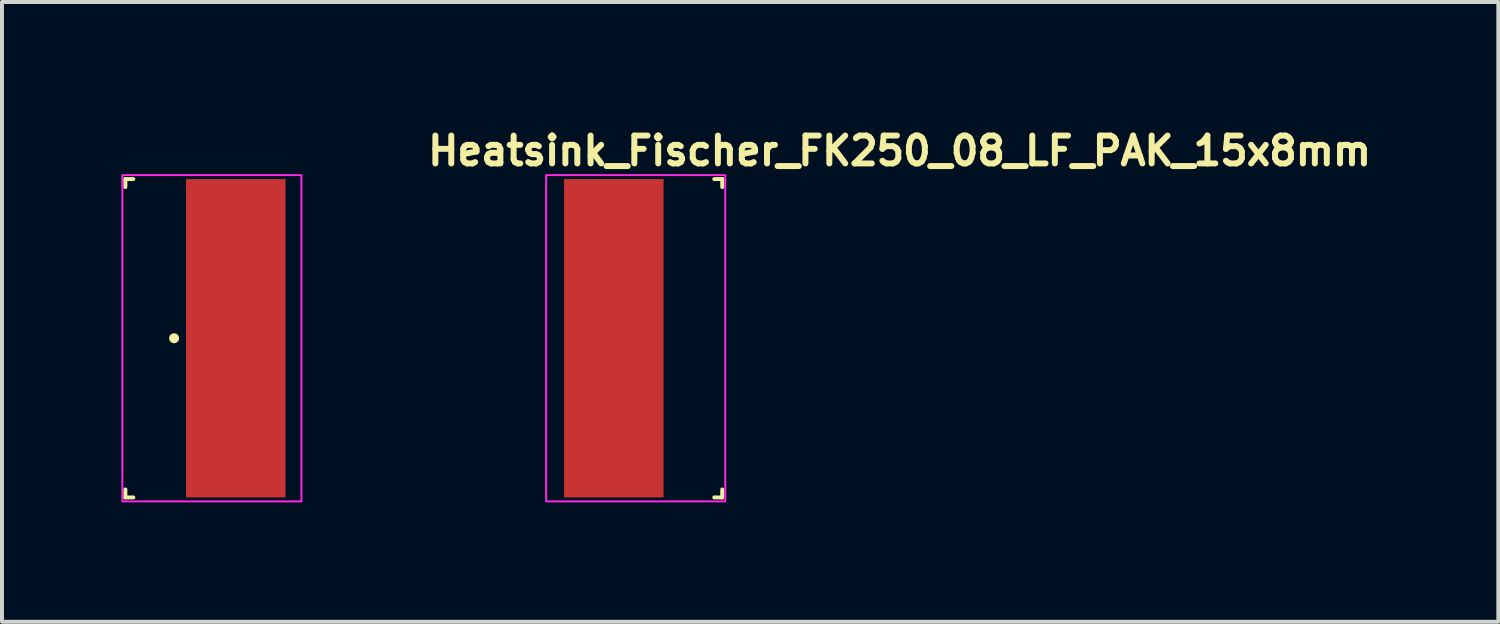
<source format=kicad_pcb>
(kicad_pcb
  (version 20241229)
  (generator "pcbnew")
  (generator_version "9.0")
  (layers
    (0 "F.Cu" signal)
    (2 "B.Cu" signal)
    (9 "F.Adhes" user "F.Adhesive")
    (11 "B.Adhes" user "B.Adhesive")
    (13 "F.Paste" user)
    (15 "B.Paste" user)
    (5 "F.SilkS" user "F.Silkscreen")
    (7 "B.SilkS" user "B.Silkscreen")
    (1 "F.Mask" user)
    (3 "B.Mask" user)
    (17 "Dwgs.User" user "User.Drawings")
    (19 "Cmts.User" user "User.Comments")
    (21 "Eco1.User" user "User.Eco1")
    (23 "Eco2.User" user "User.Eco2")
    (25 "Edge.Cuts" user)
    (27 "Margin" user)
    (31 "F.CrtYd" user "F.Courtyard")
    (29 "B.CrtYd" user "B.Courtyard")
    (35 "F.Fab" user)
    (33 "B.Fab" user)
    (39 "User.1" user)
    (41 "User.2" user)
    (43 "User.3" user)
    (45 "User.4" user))
  (footprint "Heatsink_Fischer_FK250_08_LF_PAK_15x8mm"
    (layer "F.Cu")
    (at 7.625 5.45)
    (property "Reference" "Heatsink_Fischer_FK250_08_LF_PAK_15x8mm" (at 0 -4.3 0) (unlocked yes) (layer "F.SilkS") (effects (font (size 0.7 0.7) (thickness 0.15)) (justify left bottom)))
    (attr smd)
    (fp_line (start -7.525 -4) (end -7.325 -4) (stroke (width 0.1) (type default)) (layer "F.SilkS"))
    (fp_line (start -7.525 -3.8) (end -7.525 -4) (stroke (width 0.1) (type default)) (layer "F.SilkS"))
    (fp_line (start -7.525 4) (end -7.525 3.8) (stroke (width 0.1) (type default)) (layer "F.SilkS"))
    (fp_line (start -7.325 4) (end -7.525 4) (stroke (width 0.1) (type default)) (layer "F.SilkS"))
    (fp_line (start 7.275 -4) (end 7.475 -4) (stroke (width 0.1) (type default)) (layer "F.SilkS"))
    (fp_line (start 7.475 -4) (end 7.475 -3.8) (stroke (width 0.1) (type default)) (layer "F.SilkS"))
    (fp_line (start 7.475 3.8) (end 7.475 4) (stroke (width 0.1) (type default)) (layer "F.SilkS"))
    (fp_line (start 7.475 4) (end 7.275 4) (stroke (width 0.1) (type default)) (layer "F.SilkS"))
    (fp_circle (center -6.3 0) (end -6.25 0) (stroke (width 0.15) (type solid)) (fill yes) (layer "F.SilkS"))
    (fp_rect (start -7.6 -4.1) (end -3.1 4.1) (stroke (width 0.05) (type default)) (fill no) (layer "F.CrtYd"))
    (fp_rect (start 3.05 -4.1) (end 7.55 4.1) (stroke (width 0.05) (type default)) (fill no) (layer "F.CrtYd"))
    (fp_rect (start -7.53 -4) (end 7.47 4) (stroke (width 0.1) (type solid)) (fill no) (layer "User.5"))
    (fp_line (start -7.526 4.003) (end -7.526 -3.997) (stroke (width 0.1) (type solid)) (layer "User.9"))
    (fp_line (start -7.526 4.003) (end -7.522 4.003) (stroke (width 0.1) (type solid)) (layer "User.9"))
    (fp_line (start -7.522 -3.997) (end -7.526 -3.997) (stroke (width 0.1) (type solid)) (layer "User.9"))
    (fp_line (start -7.522 4.003) (end -7.511 4.003) (stroke (width 0.1) (type solid)) (layer "User.9"))
    (fp_line (start -7.511 -3.997) (end -7.522 -3.997) (stroke (width 0.1) (type solid)) (layer "User.9"))
    (fp_line (start -7.511 4.003) (end -7.492 4.003) (stroke (width 0.1) (type solid)) (layer "User.9"))
    (fp_line (start -7.492 -3.997) (end -7.511 -3.997) (stroke (width 0.1) (type solid)) (layer "User.9"))
    (fp_line (start -7.492 4.003) (end -7.466 4.003) (stroke (width 0.1) (type solid)) (layer "User.9"))
    (fp_line (start -7.466 -3.997) (end -7.492 -3.997) (stroke (width 0.1) (type solid)) (layer "User.9"))
    (fp_line (start -7.466 4.003) (end -7.434 4.003) (stroke (width 0.1) (type solid)) (layer "User.9"))
    (fp_line (start -7.434 -3.997) (end -7.466 -3.997) (stroke (width 0.1) (type solid)) (layer "User.9"))
    (fp_line (start -7.434 4.003) (end -7.395 4.003) (stroke (width 0.1) (type solid)) (layer "User.9"))
    (fp_line (start -7.395 -3.997) (end -7.434 -3.997) (stroke (width 0.1) (type solid)) (layer "User.9"))
    (fp_line (start -7.395 4.003) (end -7.35 4.003) (stroke (width 0.1) (type solid)) (layer "User.9"))
    (fp_line (start -7.35 -3.997) (end -7.395 -3.997) (stroke (width 0.1) (type solid)) (layer "User.9"))
    (fp_line (start -7.35 4.003) (end -7.3 4.003) (stroke (width 0.1) (type solid)) (layer "User.9"))
    (fp_line (start -7.3 -3.997) (end -7.35 -3.997) (stroke (width 0.1) (type solid)) (layer "User.9"))
    (fp_line (start -7.3 4.003) (end -7.245 4.003) (stroke (width 0.1) (type solid)) (layer "User.9"))
    (fp_line (start -7.245 -3.997) (end -7.3 -3.997) (stroke (width 0.1) (type solid)) (layer "User.9"))
    (fp_line (start -7.245 4.003) (end -7.186 4.003) (stroke (width 0.1) (type solid)) (layer "User.9"))
    (fp_line (start -7.186 -3.997) (end -7.245 -3.997) (stroke (width 0.1) (type solid)) (layer "User.9"))
    (fp_line (start -7.186 4.003) (end -7.123 4.003) (stroke (width 0.1) (type solid)) (layer "User.9"))
    (fp_line (start -7.123 -3.997) (end -7.186 -3.997) (stroke (width 0.1) (type solid)) (layer "User.9"))
    (fp_line (start -7.123 4.003) (end -7.059 4.003) (stroke (width 0.1) (type solid)) (layer "User.9"))
    (fp_line (start -7.059 -3.997) (end -7.123 -3.997) (stroke (width 0.1) (type solid)) (layer "User.9"))
    (fp_line (start -7.059 4.003) (end -6.992 4.003) (stroke (width 0.1) (type solid)) (layer "User.9"))
    (fp_line (start -6.992 -3.997) (end -7.059 -3.997) (stroke (width 0.1) (type solid)) (layer "User.9"))
    (fp_line (start -6.992 4.003) (end -6.925 4.003) (stroke (width 0.1) (type solid)) (layer "User.9"))
    (fp_line (start -6.925 -3.997) (end -6.992 -3.997) (stroke (width 0.1) (type solid)) (layer "User.9"))
    (fp_line (start -6.925 -3.997) (end -6.925 4.003) (stroke (width 0.1) (type solid)) (layer "User.9"))
    (fp_line (start -6.925 -3.997) (end -4.326 -3.997) (stroke (width 0.1) (type solid)) (layer "User.9"))
    (fp_line (start -6.825 -2.297) (end -6.821 -2.364) (stroke (width 0.1) (type solid)) (layer "User.9"))
    (fp_line (start -6.825 -2.297) (end -6.821 -2.364) (stroke (width 0.1) (type solid)) (layer "User.9"))
    (fp_line (start -6.825 0.003) (end -6.821 -0.064) (stroke (width 0.1) (type solid)) (layer "User.9"))
    (fp_line (start -6.825 0.003) (end -6.821 -0.064) (stroke (width 0.1) (type solid)) (layer "User.9"))
    (fp_line (start -6.825 2.303) (end -6.821 2.236) (stroke (width 0.1) (type solid)) (layer "User.9"))
    (fp_line (start -6.825 2.303) (end -6.821 2.236) (stroke (width 0.1) (type solid)) (layer "User.9"))
    (fp_line (start -6.821 -2.364) (end -6.81 -2.43) (stroke (width 0.1) (type solid)) (layer "User.9"))
    (fp_line (start -6.821 -2.364) (end -6.81 -2.43) (stroke (width 0.1) (type solid)) (layer "User.9"))
    (fp_line (start -6.821 -2.229) (end -6.825 -2.297) (stroke (width 0.1) (type solid)) (layer "User.9"))
    (fp_line (start -6.821 -2.229) (end -6.825 -2.297) (stroke (width 0.1) (type solid)) (layer "User.9"))
    (fp_line (start -6.821 -0.064) (end -6.81 -0.13) (stroke (width 0.1) (type solid)) (layer "User.9"))
    (fp_line (start -6.821 -0.064) (end -6.81 -0.13) (stroke (width 0.1) (type solid)) (layer "User.9"))
    (fp_line (start -6.821 0.071) (end -6.825 0.003) (stroke (width 0.1) (type solid)) (layer "User.9"))
    (fp_line (start -6.821 0.071) (end -6.825 0.003) (stroke (width 0.1) (type solid)) (layer "User.9"))
    (fp_line (start -6.821 2.236) (end -6.81 2.17) (stroke (width 0.1) (type solid)) (layer "User.9"))
    (fp_line (start -6.821 2.236) (end -6.81 2.17) (stroke (width 0.1) (type solid)) (layer "User.9"))
    (fp_line (start -6.821 2.371) (end -6.825 2.303) (stroke (width 0.1) (type solid)) (layer "User.9"))
    (fp_line (start -6.821 2.371) (end -6.825 2.303) (stroke (width 0.1) (type solid)) (layer "User.9"))
    (fp_line (start -6.81 -2.43) (end -6.791 -2.495) (stroke (width 0.1) (type solid)) (layer "User.9"))
    (fp_line (start -6.81 -2.43) (end -6.791 -2.495) (stroke (width 0.1) (type solid)) (layer "User.9"))
    (fp_line (start -6.81 -2.163) (end -6.821 -2.229) (stroke (width 0.1) (type solid)) (layer "User.9"))
    (fp_line (start -6.81 -2.163) (end -6.821 -2.229) (stroke (width 0.1) (type solid)) (layer "User.9"))
    (fp_line (start -6.81 -0.13) (end -6.791 -0.195) (stroke (width 0.1) (type solid)) (layer "User.9"))
    (fp_line (start -6.81 -0.13) (end -6.791 -0.195) (stroke (width 0.1) (type solid)) (layer "User.9"))
    (fp_line (start -6.81 0.137) (end -6.821 0.071) (stroke (width 0.1) (type solid)) (layer "User.9"))
    (fp_line (start -6.81 0.137) (end -6.821 0.071) (stroke (width 0.1) (type solid)) (layer "User.9"))
    (fp_line (start -6.81 2.17) (end -6.791 2.105) (stroke (width 0.1) (type solid)) (layer "User.9"))
    (fp_line (start -6.81 2.17) (end -6.791 2.105) (stroke (width 0.1) (type solid)) (layer "User.9"))
    (fp_line (start -6.81 2.437) (end -6.821 2.371) (stroke (width 0.1) (type solid)) (layer "User.9"))
    (fp_line (start -6.81 2.437) (end -6.821 2.371) (stroke (width 0.1) (type solid)) (layer "User.9"))
    (fp_line (start -6.791 -2.495) (end -6.766 -2.557) (stroke (width 0.1) (type solid)) (layer "User.9"))
    (fp_line (start -6.791 -2.495) (end -6.766 -2.557) (stroke (width 0.1) (type solid)) (layer "User.9"))
    (fp_line (start -6.791 -2.098) (end -6.81 -2.163) (stroke (width 0.1) (type solid)) (layer "User.9"))
    (fp_line (start -6.791 -2.098) (end -6.81 -2.163) (stroke (width 0.1) (type solid)) (layer "User.9"))
    (fp_line (start -6.791 -0.195) (end -6.766 -0.257) (stroke (width 0.1) (type solid)) (layer "User.9"))
    (fp_line (start -6.791 -0.195) (end -6.766 -0.257) (stroke (width 0.1) (type solid)) (layer "User.9"))
    (fp_line (start -6.791 0.202) (end -6.81 0.137) (stroke (width 0.1) (type solid)) (layer "User.9"))
    (fp_line (start -6.791 0.202) (end -6.81 0.137) (stroke (width 0.1) (type solid)) (layer "User.9"))
    (fp_line (start -6.791 2.105) (end -6.766 2.043) (stroke (width 0.1) (type solid)) (layer "User.9"))
    (fp_line (start -6.791 2.105) (end -6.766 2.043) (stroke (width 0.1) (type solid)) (layer "User.9"))
    (fp_line (start -6.791 2.502) (end -6.81 2.437) (stroke (width 0.1) (type solid)) (layer "User.9"))
    (fp_line (start -6.791 2.502) (end -6.81 2.437) (stroke (width 0.1) (type solid)) (layer "User.9"))
    (fp_line (start -6.766 -2.557) (end -6.733 -2.616) (stroke (width 0.1) (type solid)) (layer "User.9"))
    (fp_line (start -6.766 -2.557) (end -6.733 -2.616) (stroke (width 0.1) (type solid)) (layer "User.9"))
    (fp_line (start -6.766 -2.036) (end -6.791 -2.098) (stroke (width 0.1) (type solid)) (layer "User.9"))
    (fp_line (start -6.766 -2.036) (end -6.791 -2.098) (stroke (width 0.1) (type solid)) (layer "User.9"))
    (fp_line (start -6.766 -0.257) (end -6.733 -0.316) (stroke (width 0.1) (type solid)) (layer "User.9"))
    (fp_line (start -6.766 -0.257) (end -6.733 -0.316) (stroke (width 0.1) (type solid)) (layer "User.9"))
    (fp_line (start -6.766 0.264) (end -6.791 0.202) (stroke (width 0.1) (type solid)) (layer "User.9"))
    (fp_line (start -6.766 0.264) (end -6.791 0.202) (stroke (width 0.1) (type solid)) (layer "User.9"))
    (fp_line (start -6.766 2.043) (end -6.733 1.984) (stroke (width 0.1) (type solid)) (layer "User.9"))
    (fp_line (start -6.766 2.043) (end -6.733 1.984) (stroke (width 0.1) (type solid)) (layer "User.9"))
    (fp_line (start -6.766 2.564) (end -6.791 2.502) (stroke (width 0.1) (type solid)) (layer "User.9"))
    (fp_line (start -6.766 2.564) (end -6.791 2.502) (stroke (width 0.1) (type solid)) (layer "User.9"))
    (fp_line (start -6.733 -2.616) (end -6.694 -2.671) (stroke (width 0.1) (type solid)) (layer "User.9"))
    (fp_line (start -6.733 -2.616) (end -6.694 -2.671) (stroke (width 0.1) (type solid)) (layer "User.9"))
    (fp_line (start -6.733 -1.977) (end -6.766 -2.036) (stroke (width 0.1) (type solid)) (layer "User.9"))
    (fp_line (start -6.733 -1.977) (end -6.766 -2.036) (stroke (width 0.1) (type solid)) (layer "User.9"))
    (fp_line (start -6.733 -0.316) (end -6.694 -0.371) (stroke (width 0.1) (type solid)) (layer "User.9"))
    (fp_line (start -6.733 -0.316) (end -6.694 -0.371) (stroke (width 0.1) (type solid)) (layer "User.9"))
    (fp_line (start -6.733 0.323) (end -6.766 0.264) (stroke (width 0.1) (type solid)) (layer "User.9"))
    (fp_line (start -6.733 0.323) (end -6.766 0.264) (stroke (width 0.1) (type solid)) (layer "User.9"))
    (fp_line (start -6.733 1.984) (end -6.694 1.929) (stroke (width 0.1) (type solid)) (layer "User.9"))
    (fp_line (start -6.733 1.984) (end -6.694 1.929) (stroke (width 0.1) (type solid)) (layer "User.9"))
    (fp_line (start -6.733 2.623) (end -6.766 2.564) (stroke (width 0.1) (type solid)) (layer "User.9"))
    (fp_line (start -6.733 2.623) (end -6.766 2.564) (stroke (width 0.1) (type solid)) (layer "User.9"))
    (fp_line (start -6.694 -2.671) (end -6.649 -2.721) (stroke (width 0.1) (type solid)) (layer "User.9"))
    (fp_line (start -6.694 -2.671) (end -6.649 -2.721) (stroke (width 0.1) (type solid)) (layer "User.9"))
    (fp_line (start -6.694 -1.922) (end -6.733 -1.977) (stroke (width 0.1) (type solid)) (layer "User.9"))
    (fp_line (start -6.694 -1.922) (end -6.733 -1.977) (stroke (width 0.1) (type solid)) (layer "User.9"))
    (fp_line (start -6.694 -0.371) (end -6.649 -0.421) (stroke (width 0.1) (type solid)) (layer "User.9"))
    (fp_line (start -6.694 -0.371) (end -6.649 -0.421) (stroke (width 0.1) (type solid)) (layer "User.9"))
    (fp_line (start -6.694 0.378) (end -6.733 0.323) (stroke (width 0.1) (type solid)) (layer "User.9"))
    (fp_line (start -6.694 0.378) (end -6.733 0.323) (stroke (width 0.1) (type solid)) (layer "User.9"))
    (fp_line (start -6.694 1.929) (end -6.649 1.879) (stroke (width 0.1) (type solid)) (layer "User.9"))
    (fp_line (start -6.694 1.929) (end -6.649 1.879) (stroke (width 0.1) (type solid)) (layer "User.9"))
    (fp_line (start -6.694 2.678) (end -6.733 2.623) (stroke (width 0.1) (type solid)) (layer "User.9"))
    (fp_line (start -6.694 2.678) (end -6.733 2.623) (stroke (width 0.1) (type solid)) (layer "User.9"))
    (fp_line (start -6.649 -2.721) (end -6.599 -2.766) (stroke (width 0.1) (type solid)) (layer "User.9"))
    (fp_line (start -6.649 -2.721) (end -6.599 -2.766) (stroke (width 0.1) (type solid)) (layer "User.9"))
    (fp_line (start -6.649 -1.872) (end -6.694 -1.922) (stroke (width 0.1) (type solid)) (layer "User.9"))
    (fp_line (start -6.649 -1.872) (end -6.694 -1.922) (stroke (width 0.1) (type solid)) (layer "User.9"))
    (fp_line (start -6.649 -0.421) (end -6.599 -0.466) (stroke (width 0.1) (type solid)) (layer "User.9"))
    (fp_line (start -6.649 -0.421) (end -6.599 -0.466) (stroke (width 0.1) (type solid)) (layer "User.9"))
    (fp_line (start -6.649 0.428) (end -6.694 0.378) (stroke (width 0.1) (type solid)) (layer "User.9"))
    (fp_line (start -6.649 0.428) (end -6.694 0.378) (stroke (width 0.1) (type solid)) (layer "User.9"))
    (fp_line (start -6.649 1.879) (end -6.599 1.834) (stroke (width 0.1) (type solid)) (layer "User.9"))
    (fp_line (start -6.649 1.879) (end -6.599 1.834) (stroke (width 0.1) (type solid)) (layer "User.9"))
    (fp_line (start -6.649 2.728) (end -6.694 2.678) (stroke (width 0.1) (type solid)) (layer "User.9"))
    (fp_line (start -6.649 2.728) (end -6.694 2.678) (stroke (width 0.1) (type solid)) (layer "User.9"))
    (fp_line (start -6.599 -2.766) (end -6.544 -2.805) (stroke (width 0.1) (type solid)) (layer "User.9"))
    (fp_line (start -6.599 -2.766) (end -6.544 -2.805) (stroke (width 0.1) (type solid)) (layer "User.9"))
    (fp_line (start -6.599 -1.827) (end -6.649 -1.872) (stroke (width 0.1) (type solid)) (layer "User.9"))
    (fp_line (start -6.599 -1.827) (end -6.649 -1.872) (stroke (width 0.1) (type solid)) (layer "User.9"))
    (fp_line (start -6.599 -0.466) (end -6.544 -0.505) (stroke (width 0.1) (type solid)) (layer "User.9"))
    (fp_line (start -6.599 -0.466) (end -6.544 -0.505) (stroke (width 0.1) (type solid)) (layer "User.9"))
    (fp_line (start -6.599 0.473) (end -6.649 0.428) (stroke (width 0.1) (type solid)) (layer "User.9"))
    (fp_line (start -6.599 0.473) (end -6.649 0.428) (stroke (width 0.1) (type solid)) (layer "User.9"))
    (fp_line (start -6.599 1.834) (end -6.544 1.795) (stroke (width 0.1) (type solid)) (layer "User.9"))
    (fp_line (start -6.599 1.834) (end -6.544 1.795) (stroke (width 0.1) (type solid)) (layer "User.9"))
    (fp_line (start -6.599 2.773) (end -6.649 2.728) (stroke (width 0.1) (type solid)) (layer "User.9"))
    (fp_line (start -6.599 2.773) (end -6.649 2.728) (stroke (width 0.1) (type solid)) (layer "User.9"))
    (fp_line (start -6.544 -2.805) (end -6.485 -2.837) (stroke (width 0.1) (type solid)) (layer "User.9"))
    (fp_line (start -6.544 -2.805) (end -6.485 -2.837) (stroke (width 0.1) (type solid)) (layer "User.9"))
    (fp_line (start -6.544 -1.788) (end -6.599 -1.827) (stroke (width 0.1) (type solid)) (layer "User.9"))
    (fp_line (start -6.544 -1.788) (end -6.599 -1.827) (stroke (width 0.1) (type solid)) (layer "User.9"))
    (fp_line (start -6.544 -0.505) (end -6.485 -0.537) (stroke (width 0.1) (type solid)) (layer "User.9"))
    (fp_line (start -6.544 -0.505) (end -6.485 -0.537) (stroke (width 0.1) (type solid)) (layer "User.9"))
    (fp_line (start -6.544 0.512) (end -6.599 0.473) (stroke (width 0.1) (type solid)) (layer "User.9"))
    (fp_line (start -6.544 0.512) (end -6.599 0.473) (stroke (width 0.1) (type solid)) (layer "User.9"))
    (fp_line (start -6.544 1.795) (end -6.485 1.763) (stroke (width 0.1) (type solid)) (layer "User.9"))
    (fp_line (start -6.544 1.795) (end -6.485 1.763) (stroke (width 0.1) (type solid)) (layer "User.9"))
    (fp_line (start -6.544 2.812) (end -6.599 2.773) (stroke (width 0.1) (type solid)) (layer "User.9"))
    (fp_line (start -6.544 2.812) (end -6.599 2.773) (stroke (width 0.1) (type solid)) (layer "User.9"))
    (fp_line (start -6.485 -2.837) (end -6.423 -2.863) (stroke (width 0.1) (type solid)) (layer "User.9"))
    (fp_line (start -6.485 -2.837) (end -6.423 -2.863) (stroke (width 0.1) (type solid)) (layer "User.9"))
    (fp_line (start -6.485 -1.756) (end -6.544 -1.788) (stroke (width 0.1) (type solid)) (layer "User.9"))
    (fp_line (start -6.485 -1.756) (end -6.544 -1.788) (stroke (width 0.1) (type solid)) (layer "User.9"))
    (fp_line (start -6.485 -0.537) (end -6.423 -0.563) (stroke (width 0.1) (type solid)) (layer "User.9"))
    (fp_line (start -6.485 -0.537) (end -6.423 -0.563) (stroke (width 0.1) (type solid)) (layer "User.9"))
    (fp_line (start -6.485 0.544) (end -6.544 0.512) (stroke (width 0.1) (type solid)) (layer "User.9"))
    (fp_line (start -6.485 0.544) (end -6.544 0.512) (stroke (width 0.1) (type solid)) (layer "User.9"))
    (fp_line (start -6.485 1.763) (end -6.423 1.737) (stroke (width 0.1) (type solid)) (layer "User.9"))
    (fp_line (start -6.485 1.763) (end -6.423 1.737) (stroke (width 0.1) (type solid)) (layer "User.9"))
    (fp_line (start -6.485 2.844) (end -6.544 2.812) (stroke (width 0.1) (type solid)) (layer "User.9"))
    (fp_line (start -6.485 2.844) (end -6.544 2.812) (stroke (width 0.1) (type solid)) (layer "User.9"))
    (fp_line (start -6.423 -2.863) (end -6.359 -2.881) (stroke (width 0.1) (type solid)) (layer "User.9"))
    (fp_line (start -6.423 -2.863) (end -6.359 -2.881) (stroke (width 0.1) (type solid)) (layer "User.9"))
    (fp_line (start -6.423 -1.73) (end -6.485 -1.756) (stroke (width 0.1) (type solid)) (layer "User.9"))
    (fp_line (start -6.423 -1.73) (end -6.485 -1.756) (stroke (width 0.1) (type solid)) (layer "User.9"))
    (fp_line (start -6.423 -0.563) (end -6.359 -0.581) (stroke (width 0.1) (type solid)) (layer "User.9"))
    (fp_line (start -6.423 -0.563) (end -6.359 -0.581) (stroke (width 0.1) (type solid)) (layer "User.9"))
    (fp_line (start -6.423 0.57) (end -6.485 0.544) (stroke (width 0.1) (type solid)) (layer "User.9"))
    (fp_line (start -6.423 0.57) (end -6.485 0.544) (stroke (width 0.1) (type solid)) (layer "User.9"))
    (fp_line (start -6.423 1.737) (end -6.359 1.719) (stroke (width 0.1) (type solid)) (layer "User.9"))
    (fp_line (start -6.423 1.737) (end -6.359 1.719) (stroke (width 0.1) (type solid)) (layer "User.9"))
    (fp_line (start -6.423 2.87) (end -6.485 2.844) (stroke (width 0.1) (type solid)) (layer "User.9"))
    (fp_line (start -6.423 2.87) (end -6.485 2.844) (stroke (width 0.1) (type solid)) (layer "User.9"))
    (fp_line (start -6.359 -2.881) (end -6.292 -2.893) (stroke (width 0.1) (type solid)) (layer "User.9"))
    (fp_line (start -6.359 -2.881) (end -6.292 -2.893) (stroke (width 0.1) (type solid)) (layer "User.9"))
    (fp_line (start -6.359 -1.712) (end -6.423 -1.73) (stroke (width 0.1) (type solid)) (layer "User.9"))
    (fp_line (start -6.359 -1.712) (end -6.423 -1.73) (stroke (width 0.1) (type solid)) (layer "User.9"))
    (fp_line (start -6.359 -0.581) (end -6.292 -0.593) (stroke (width 0.1) (type solid)) (layer "User.9"))
    (fp_line (start -6.359 -0.581) (end -6.292 -0.593) (stroke (width 0.1) (type solid)) (layer "User.9"))
    (fp_line (start -6.359 0.588) (end -6.423 0.57) (stroke (width 0.1) (type solid)) (layer "User.9"))
    (fp_line (start -6.359 0.588) (end -6.423 0.57) (stroke (width 0.1) (type solid)) (layer "User.9"))
    (fp_line (start -6.359 1.719) (end -6.292 1.707) (stroke (width 0.1) (type solid)) (layer "User.9"))
    (fp_line (start -6.359 1.719) (end -6.292 1.707) (stroke (width 0.1) (type solid)) (layer "User.9"))
    (fp_line (start -6.359 2.888) (end -6.423 2.87) (stroke (width 0.1) (type solid)) (layer "User.9"))
    (fp_line (start -6.359 2.888) (end -6.423 2.87) (stroke (width 0.1) (type solid)) (layer "User.9"))
    (fp_line (start -6.292 -2.893) (end -6.225 -2.897) (stroke (width 0.1) (type solid)) (layer "User.9"))
    (fp_line (start -6.292 -2.893) (end -6.225 -2.897) (stroke (width 0.1) (type solid)) (layer "User.9"))
    (fp_line (start -6.292 -1.7) (end -6.359 -1.712) (stroke (width 0.1) (type solid)) (layer "User.9"))
    (fp_line (start -6.292 -1.7) (end -6.359 -1.712) (stroke (width 0.1) (type solid)) (layer "User.9"))
    (fp_line (start -6.292 -0.593) (end -6.225 -0.597) (stroke (width 0.1) (type solid)) (layer "User.9"))
    (fp_line (start -6.292 -0.593) (end -6.225 -0.597) (stroke (width 0.1) (type solid)) (layer "User.9"))
    (fp_line (start -6.292 0.6) (end -6.359 0.588) (stroke (width 0.1) (type solid)) (layer "User.9"))
    (fp_line (start -6.292 0.6) (end -6.359 0.588) (stroke (width 0.1) (type solid)) (layer "User.9"))
    (fp_line (start -6.292 1.707) (end -6.225 1.703) (stroke (width 0.1) (type solid)) (layer "User.9"))
    (fp_line (start -6.292 1.707) (end -6.225 1.703) (stroke (width 0.1) (type solid)) (layer "User.9"))
    (fp_line (start -6.292 2.9) (end -6.359 2.888) (stroke (width 0.1) (type solid)) (layer "User.9"))
    (fp_line (start -6.292 2.9) (end -6.359 2.888) (stroke (width 0.1) (type solid)) (layer "User.9"))
    (fp_line (start -6.225 -2.897) (end -5.226 -2.897) (stroke (width 0.1) (type solid)) (layer "User.9"))
    (fp_line (start -6.225 -1.697) (end -6.292 -1.7) (stroke (width 0.1) (type solid)) (layer "User.9"))
    (fp_line (start -6.225 -1.697) (end -6.292 -1.7) (stroke (width 0.1) (type solid)) (layer "User.9"))
    (fp_line (start -6.225 -0.597) (end -5.226 -0.597) (stroke (width 0.1) (type solid)) (layer "User.9"))
    (fp_line (start -6.225 0.603) (end -6.292 0.6) (stroke (width 0.1) (type solid)) (layer "User.9"))
    (fp_line (start -6.225 0.603) (end -6.292 0.6) (stroke (width 0.1) (type solid)) (layer "User.9"))
    (fp_line (start -6.225 1.703) (end -5.226 1.703) (stroke (width 0.1) (type solid)) (layer "User.9"))
    (fp_line (start -6.225 2.903) (end -6.292 2.9) (stroke (width 0.1) (type solid)) (layer "User.9"))
    (fp_line (start -6.225 2.903) (end -6.292 2.9) (stroke (width 0.1) (type solid)) (layer "User.9"))
    (fp_line (start -5.726 -1.697) (end -5.726 -2.897) (stroke (width 0.1) (type solid)) (layer "User.9"))
    (fp_line (start -5.726 0.603) (end -5.726 -0.597) (stroke (width 0.1) (type solid)) (layer "User.9"))
    (fp_line (start -5.726 2.903) (end -5.726 1.703) (stroke (width 0.1) (type solid)) (layer "User.9"))
    (fp_line (start -5.226 -2.897) (end -5.159 -2.893) (stroke (width 0.1) (type solid)) (layer "User.9"))
    (fp_line (start -5.226 -2.897) (end -5.159 -2.893) (stroke (width 0.1) (type solid)) (layer "User.9"))
    (fp_line (start -5.226 -1.697) (end -6.225 -1.697) (stroke (width 0.1) (type solid)) (layer "User.9"))
    (fp_line (start -5.226 -0.597) (end -5.159 -0.593) (stroke (width 0.1) (type solid)) (layer "User.9"))
    (fp_line (start -5.226 -0.597) (end -5.159 -0.593) (stroke (width 0.1) (type solid)) (layer "User.9"))
    (fp_line (start -5.226 0.603) (end -6.225 0.603) (stroke (width 0.1) (type solid)) (layer "User.9"))
    (fp_line (start -5.226 1.703) (end -5.159 1.707) (stroke (width 0.1) (type solid)) (layer "User.9"))
    (fp_line (start -5.226 1.703) (end -5.159 1.707) (stroke (width 0.1) (type solid)) (layer "User.9"))
    (fp_line (start -5.226 2.903) (end -6.225 2.903) (stroke (width 0.1) (type solid)) (layer "User.9"))
    (fp_line (start -5.159 -2.893) (end -5.092 -2.881) (stroke (width 0.1) (type solid)) (layer "User.9"))
    (fp_line (start -5.159 -2.893) (end -5.092 -2.881) (stroke (width 0.1) (type solid)) (layer "User.9"))
    (fp_line (start -5.159 -1.7) (end -5.226 -1.697) (stroke (width 0.1) (type solid)) (layer "User.9"))
    (fp_line (start -5.159 -1.7) (end -5.226 -1.697) (stroke (width 0.1) (type solid)) (layer "User.9"))
    (fp_line (start -5.159 -0.593) (end -5.092 -0.581) (stroke (width 0.1) (type solid)) (layer "User.9"))
    (fp_line (start -5.159 -0.593) (end -5.092 -0.581) (stroke (width 0.1) (type solid)) (layer "User.9"))
    (fp_line (start -5.159 0.6) (end -5.226 0.603) (stroke (width 0.1) (type solid)) (layer "User.9"))
    (fp_line (start -5.159 0.6) (end -5.226 0.603) (stroke (width 0.1) (type solid)) (layer "User.9"))
    (fp_line (start -5.159 1.707) (end -5.092 1.719) (stroke (width 0.1) (type solid)) (layer "User.9"))
    (fp_line (start -5.159 1.707) (end -5.092 1.719) (stroke (width 0.1) (type solid)) (layer "User.9"))
    (fp_line (start -5.159 2.9) (end -5.226 2.903) (stroke (width 0.1) (type solid)) (layer "User.9"))
    (fp_line (start -5.159 2.9) (end -5.226 2.903) (stroke (width 0.1) (type solid)) (layer "User.9"))
    (fp_line (start -5.092 -2.881) (end -5.028 -2.863) (stroke (width 0.1) (type solid)) (layer "User.9"))
    (fp_line (start -5.092 -2.881) (end -5.028 -2.863) (stroke (width 0.1) (type solid)) (layer "User.9"))
    (fp_line (start -5.092 -1.712) (end -5.159 -1.7) (stroke (width 0.1) (type solid)) (layer "User.9"))
    (fp_line (start -5.092 -1.712) (end -5.159 -1.7) (stroke (width 0.1) (type solid)) (layer "User.9"))
    (fp_line (start -5.092 -0.581) (end -5.028 -0.563) (stroke (width 0.1) (type solid)) (layer "User.9"))
    (fp_line (start -5.092 -0.581) (end -5.028 -0.563) (stroke (width 0.1) (type solid)) (layer "User.9"))
    (fp_line (start -5.092 0.588) (end -5.159 0.6) (stroke (width 0.1) (type solid)) (layer "User.9"))
    (fp_line (start -5.092 0.588) (end -5.159 0.6) (stroke (width 0.1) (type solid)) (layer "User.9"))
    (fp_line (start -5.092 1.719) (end -5.028 1.737) (stroke (width 0.1) (type solid)) (layer "User.9"))
    (fp_line (start -5.092 1.719) (end -5.028 1.737) (stroke (width 0.1) (type solid)) (layer "User.9"))
    (fp_line (start -5.092 2.888) (end -5.159 2.9) (stroke (width 0.1) (type solid)) (layer "User.9"))
    (fp_line (start -5.092 2.888) (end -5.159 2.9) (stroke (width 0.1) (type solid)) (layer "User.9"))
    (fp_line (start -5.028 -2.863) (end -4.966 -2.837) (stroke (width 0.1) (type solid)) (layer "User.9"))
    (fp_line (start -5.028 -2.863) (end -4.966 -2.837) (stroke (width 0.1) (type solid)) (layer "User.9"))
    (fp_line (start -5.028 -1.73) (end -5.092 -1.712) (stroke (width 0.1) (type solid)) (layer "User.9"))
    (fp_line (start -5.028 -1.73) (end -5.092 -1.712) (stroke (width 0.1) (type solid)) (layer "User.9"))
    (fp_line (start -5.028 -0.563) (end -4.966 -0.537) (stroke (width 0.1) (type solid)) (layer "User.9"))
    (fp_line (start -5.028 -0.563) (end -4.966 -0.537) (stroke (width 0.1) (type solid)) (layer "User.9"))
    (fp_line (start -5.028 0.57) (end -5.092 0.588) (stroke (width 0.1) (type solid)) (layer "User.9"))
    (fp_line (start -5.028 0.57) (end -5.092 0.588) (stroke (width 0.1) (type solid)) (layer "User.9"))
    (fp_line (start -5.028 1.737) (end -4.966 1.763) (stroke (width 0.1) (type solid)) (layer "User.9"))
    (fp_line (start -5.028 1.737) (end -4.966 1.763) (stroke (width 0.1) (type solid)) (layer "User.9"))
    (fp_line (start -5.028 2.87) (end -5.092 2.888) (stroke (width 0.1) (type solid)) (layer "User.9"))
    (fp_line (start -5.028 2.87) (end -5.092 2.888) (stroke (width 0.1) (type solid)) (layer "User.9"))
    (fp_line (start -4.966 -2.837) (end -4.907 -2.805) (stroke (width 0.1) (type solid)) (layer "User.9"))
    (fp_line (start -4.966 -2.837) (end -4.907 -2.805) (stroke (width 0.1) (type solid)) (layer "User.9"))
    (fp_line (start -4.966 -1.756) (end -5.028 -1.73) (stroke (width 0.1) (type solid)) (layer "User.9"))
    (fp_line (start -4.966 -1.756) (end -5.028 -1.73) (stroke (width 0.1) (type solid)) (layer "User.9"))
    (fp_line (start -4.966 -0.537) (end -4.907 -0.505) (stroke (width 0.1) (type solid)) (layer "User.9"))
    (fp_line (start -4.966 -0.537) (end -4.907 -0.505) (stroke (width 0.1) (type solid)) (layer "User.9"))
    (fp_line (start -4.966 0.544) (end -5.028 0.57) (stroke (width 0.1) (type solid)) (layer "User.9"))
    (fp_line (start -4.966 0.544) (end -5.028 0.57) (stroke (width 0.1) (type solid)) (layer "User.9"))
    (fp_line (start -4.966 1.763) (end -4.907 1.795) (stroke (width 0.1) (type solid)) (layer "User.9"))
    (fp_line (start -4.966 1.763) (end -4.907 1.795) (stroke (width 0.1) (type solid)) (layer "User.9"))
    (fp_line (start -4.966 2.844) (end -5.028 2.87) (stroke (width 0.1) (type solid)) (layer "User.9"))
    (fp_line (start -4.966 2.844) (end -5.028 2.87) (stroke (width 0.1) (type solid)) (layer "User.9"))
    (fp_line (start -4.907 -2.805) (end -4.852 -2.766) (stroke (width 0.1) (type solid)) (layer "User.9"))
    (fp_line (start -4.907 -2.805) (end -4.852 -2.766) (stroke (width 0.1) (type solid)) (layer "User.9"))
    (fp_line (start -4.907 -1.788) (end -4.966 -1.756) (stroke (width 0.1) (type solid)) (layer "User.9"))
    (fp_line (start -4.907 -1.788) (end -4.966 -1.756) (stroke (width 0.1) (type solid)) (layer "User.9"))
    (fp_line (start -4.907 -0.505) (end -4.852 -0.466) (stroke (width 0.1) (type solid)) (layer "User.9"))
    (fp_line (start -4.907 -0.505) (end -4.852 -0.466) (stroke (width 0.1) (type solid)) (layer "User.9"))
    (fp_line (start -4.907 0.512) (end -4.966 0.544) (stroke (width 0.1) (type solid)) (layer "User.9"))
    (fp_line (start -4.907 0.512) (end -4.966 0.544) (stroke (width 0.1) (type solid)) (layer "User.9"))
    (fp_line (start -4.907 1.795) (end -4.852 1.834) (stroke (width 0.1) (type solid)) (layer "User.9"))
    (fp_line (start -4.907 1.795) (end -4.852 1.834) (stroke (width 0.1) (type solid)) (layer "User.9"))
    (fp_line (start -4.907 2.812) (end -4.966 2.844) (stroke (width 0.1) (type solid)) (layer "User.9"))
    (fp_line (start -4.907 2.812) (end -4.966 2.844) (stroke (width 0.1) (type solid)) (layer "User.9"))
    (fp_line (start -4.852 -2.766) (end -4.802 -2.721) (stroke (width 0.1) (type solid)) (layer "User.9"))
    (fp_line (start -4.852 -2.766) (end -4.802 -2.721) (stroke (width 0.1) (type solid)) (layer "User.9"))
    (fp_line (start -4.852 -1.827) (end -4.907 -1.788) (stroke (width 0.1) (type solid)) (layer "User.9"))
    (fp_line (start -4.852 -1.827) (end -4.907 -1.788) (stroke (width 0.1) (type solid)) (layer "User.9"))
    (fp_line (start -4.852 -0.466) (end -4.802 -0.421) (stroke (width 0.1) (type solid)) (layer "User.9"))
    (fp_line (start -4.852 -0.466) (end -4.802 -0.421) (stroke (width 0.1) (type solid)) (layer "User.9"))
    (fp_line (start -4.852 0.473) (end -4.907 0.512) (stroke (width 0.1) (type solid)) (layer "User.9"))
    (fp_line (start -4.852 0.473) (end -4.907 0.512) (stroke (width 0.1) (type solid)) (layer "User.9"))
    (fp_line (start -4.852 1.834) (end -4.802 1.879) (stroke (width 0.1) (type solid)) (layer "User.9"))
    (fp_line (start -4.852 1.834) (end -4.802 1.879) (stroke (width 0.1) (type solid)) (layer "User.9"))
    (fp_line (start -4.852 2.773) (end -4.907 2.812) (stroke (width 0.1) (type solid)) (layer "User.9"))
    (fp_line (start -4.852 2.773) (end -4.907 2.812) (stroke (width 0.1) (type solid)) (layer "User.9"))
    (fp_line (start -4.802 -2.721) (end -4.757 -2.671) (stroke (width 0.1) (type solid)) (layer "User.9"))
    (fp_line (start -4.802 -2.721) (end -4.757 -2.671) (stroke (width 0.1) (type solid)) (layer "User.9"))
    (fp_line (start -4.802 -1.872) (end -4.852 -1.827) (stroke (width 0.1) (type solid)) (layer "User.9"))
    (fp_line (start -4.802 -1.872) (end -4.852 -1.827) (stroke (width 0.1) (type solid)) (layer "User.9"))
    (fp_line (start -4.802 -0.421) (end -4.757 -0.371) (stroke (width 0.1) (type solid)) (layer "User.9"))
    (fp_line (start -4.802 -0.421) (end -4.757 -0.371) (stroke (width 0.1) (type solid)) (layer "User.9"))
    (fp_line (start -4.802 0.428) (end -4.852 0.473) (stroke (width 0.1) (type solid)) (layer "User.9"))
    (fp_line (start -4.802 0.428) (end -4.852 0.473) (stroke (width 0.1) (type solid)) (layer "User.9"))
    (fp_line (start -4.802 1.879) (end -4.757 1.929) (stroke (width 0.1) (type solid)) (layer "User.9"))
    (fp_line (start -4.802 1.879) (end -4.757 1.929) (stroke (width 0.1) (type solid)) (layer "User.9"))
    (fp_line (start -4.802 2.728) (end -4.852 2.773) (stroke (width 0.1) (type solid)) (layer "User.9"))
    (fp_line (start -4.802 2.728) (end -4.852 2.773) (stroke (width 0.1) (type solid)) (layer "User.9"))
    (fp_line (start -4.757 -2.671) (end -4.718 -2.616) (stroke (width 0.1) (type solid)) (layer "User.9"))
    (fp_line (start -4.757 -2.671) (end -4.718 -2.616) (stroke (width 0.1) (type solid)) (layer "User.9"))
    (fp_line (start -4.757 -1.922) (end -4.802 -1.872) (stroke (width 0.1) (type solid)) (layer "User.9"))
    (fp_line (start -4.757 -1.922) (end -4.802 -1.872) (stroke (width 0.1) (type solid)) (layer "User.9"))
    (fp_line (start -4.757 -0.371) (end -4.718 -0.316) (stroke (width 0.1) (type solid)) (layer "User.9"))
    (fp_line (start -4.757 -0.371) (end -4.718 -0.316) (stroke (width 0.1) (type solid)) (layer "User.9"))
    (fp_line (start -4.757 0.378) (end -4.802 0.428) (stroke (width 0.1) (type solid)) (layer "User.9"))
    (fp_line (start -4.757 0.378) (end -4.802 0.428) (stroke (width 0.1) (type solid)) (layer "User.9"))
    (fp_line (start -4.757 1.929) (end -4.718 1.984) (stroke (width 0.1) (type solid)) (layer "User.9"))
    (fp_line (start -4.757 1.929) (end -4.718 1.984) (stroke (width 0.1) (type solid)) (layer "User.9"))
    (fp_line (start -4.757 2.678) (end -4.802 2.728) (stroke (width 0.1) (type solid)) (layer "User.9"))
    (fp_line (start -4.757 2.678) (end -4.802 2.728) (stroke (width 0.1) (type solid)) (layer "User.9"))
    (fp_line (start -4.718 -2.616) (end -4.685 -2.557) (stroke (width 0.1) (type solid)) (layer "User.9"))
    (fp_line (start -4.718 -2.616) (end -4.685 -2.557) (stroke (width 0.1) (type solid)) (layer "User.9"))
    (fp_line (start -4.718 -1.977) (end -4.757 -1.922) (stroke (width 0.1) (type solid)) (layer "User.9"))
    (fp_line (start -4.718 -1.977) (end -4.757 -1.922) (stroke (width 0.1) (type solid)) (layer "User.9"))
    (fp_line (start -4.718 -0.316) (end -4.685 -0.257) (stroke (width 0.1) (type solid)) (layer "User.9"))
    (fp_line (start -4.718 -0.316) (end -4.685 -0.257) (stroke (width 0.1) (type solid)) (layer "User.9"))
    (fp_line (start -4.718 0.323) (end -4.757 0.378) (stroke (width 0.1) (type solid)) (layer "User.9"))
    (fp_line (start -4.718 0.323) (end -4.757 0.378) (stroke (width 0.1) (type solid)) (layer "User.9"))
    (fp_line (start -4.718 1.984) (end -4.685 2.043) (stroke (width 0.1) (type solid)) (layer "User.9"))
    (fp_line (start -4.718 1.984) (end -4.685 2.043) (stroke (width 0.1) (type solid)) (layer "User.9"))
    (fp_line (start -4.718 2.623) (end -4.757 2.678) (stroke (width 0.1) (type solid)) (layer "User.9"))
    (fp_line (start -4.718 2.623) (end -4.757 2.678) (stroke (width 0.1) (type solid)) (layer "User.9"))
    (fp_line (start -4.685 -2.557) (end -4.66 -2.495) (stroke (width 0.1) (type solid)) (layer "User.9"))
    (fp_line (start -4.685 -2.557) (end -4.66 -2.495) (stroke (width 0.1) (type solid)) (layer "User.9"))
    (fp_line (start -4.685 -2.036) (end -4.718 -1.977) (stroke (width 0.1) (type solid)) (layer "User.9"))
    (fp_line (start -4.685 -2.036) (end -4.718 -1.977) (stroke (width 0.1) (type solid)) (layer "User.9"))
    (fp_line (start -4.685 -0.257) (end -4.66 -0.195) (stroke (width 0.1) (type solid)) (layer "User.9"))
    (fp_line (start -4.685 -0.257) (end -4.66 -0.195) (stroke (width 0.1) (type solid)) (layer "User.9"))
    (fp_line (start -4.685 0.264) (end -4.718 0.323) (stroke (width 0.1) (type solid)) (layer "User.9"))
    (fp_line (start -4.685 0.264) (end -4.718 0.323) (stroke (width 0.1) (type solid)) (layer "User.9"))
    (fp_line (start -4.685 2.043) (end -4.66 2.105) (stroke (width 0.1) (type solid)) (layer "User.9"))
    (fp_line (start -4.685 2.043) (end -4.66 2.105) (stroke (width 0.1) (type solid)) (layer "User.9"))
    (fp_line (start -4.685 2.564) (end -4.718 2.623) (stroke (width 0.1) (type solid)) (layer "User.9"))
    (fp_line (start -4.685 2.564) (end -4.718 2.623) (stroke (width 0.1) (type solid)) (layer "User.9"))
    (fp_line (start -4.66 -2.495) (end -4.641 -2.43) (stroke (width 0.1) (type solid)) (layer "User.9"))
    (fp_line (start -4.66 -2.495) (end -4.641 -2.43) (stroke (width 0.1) (type solid)) (layer "User.9"))
    (fp_line (start -4.66 -2.098) (end -4.685 -2.036) (stroke (width 0.1) (type solid)) (layer "User.9"))
    (fp_line (start -4.66 -2.098) (end -4.685 -2.036) (stroke (width 0.1) (type solid)) (layer "User.9"))
    (fp_line (start -4.66 -0.195) (end -4.641 -0.13) (stroke (width 0.1) (type solid)) (layer "User.9"))
    (fp_line (start -4.66 -0.195) (end -4.641 -0.13) (stroke (width 0.1) (type solid)) (layer "User.9"))
    (fp_line (start -4.66 0.202) (end -4.685 0.264) (stroke (width 0.1) (type solid)) (layer "User.9"))
    (fp_line (start -4.66 0.202) (end -4.685 0.264) (stroke (width 0.1) (type solid)) (layer "User.9"))
    (fp_line (start -4.66 2.105) (end -4.641 2.17) (stroke (width 0.1) (type solid)) (layer "User.9"))
    (fp_line (start -4.66 2.105) (end -4.641 2.17) (stroke (width 0.1) (type solid)) (layer "User.9"))
    (fp_line (start -4.66 2.502) (end -4.685 2.564) (stroke (width 0.1) (type solid)) (layer "User.9"))
    (fp_line (start -4.66 2.502) (end -4.685 2.564) (stroke (width 0.1) (type solid)) (layer "User.9"))
    (fp_line (start -4.641 -2.43) (end -4.63 -2.364) (stroke (width 0.1) (type solid)) (layer "User.9"))
    (fp_line (start -4.641 -2.43) (end -4.63 -2.364) (stroke (width 0.1) (type solid)) (layer "User.9"))
    (fp_line (start -4.641 -2.163) (end -4.66 -2.098) (stroke (width 0.1) (type solid)) (layer "User.9"))
    (fp_line (start -4.641 -2.163) (end -4.66 -2.098) (stroke (width 0.1) (type solid)) (layer "User.9"))
    (fp_line (start -4.641 -0.13) (end -4.63 -0.064) (stroke (width 0.1) (type solid)) (layer "User.9"))
    (fp_line (start -4.641 -0.13) (end -4.63 -0.064) (stroke (width 0.1) (type solid)) (layer "User.9"))
    (fp_line (start -4.641 0.137) (end -4.66 0.202) (stroke (width 0.1) (type solid)) (layer "User.9"))
    (fp_line (start -4.641 0.137) (end -4.66 0.202) (stroke (width 0.1) (type solid)) (layer "User.9"))
    (fp_line (start -4.641 2.17) (end -4.63 2.236) (stroke (width 0.1) (type solid)) (layer "User.9"))
    (fp_line (start -4.641 2.17) (end -4.63 2.236) (stroke (width 0.1) (type solid)) (layer "User.9"))
    (fp_line (start -4.641 2.437) (end -4.66 2.502) (stroke (width 0.1) (type solid)) (layer "User.9"))
    (fp_line (start -4.641 2.437) (end -4.66 2.502) (stroke (width 0.1) (type solid)) (layer "User.9"))
    (fp_line (start -4.63 -2.364) (end -4.626 -2.297) (stroke (width 0.1) (type solid)) (layer "User.9"))
    (fp_line (start -4.63 -2.364) (end -4.626 -2.297) (stroke (width 0.1) (type solid)) (layer "User.9"))
    (fp_line (start -4.63 -2.229) (end -4.641 -2.163) (stroke (width 0.1) (type solid)) (layer "User.9"))
    (fp_line (start -4.63 -2.229) (end -4.641 -2.163) (stroke (width 0.1) (type solid)) (layer "User.9"))
    (fp_line (start -4.63 -0.064) (end -4.626 0.003) (stroke (width 0.1) (type solid)) (layer "User.9"))
    (fp_line (start -4.63 -0.064) (end -4.626 0.003) (stroke (width 0.1) (type solid)) (layer "User.9"))
    (fp_line (start -4.63 0.071) (end -4.641 0.137) (stroke (width 0.1) (type solid)) (layer "User.9"))
    (fp_line (start -4.63 0.071) (end -4.641 0.137) (stroke (width 0.1) (type solid)) (layer "User.9"))
    (fp_line (start -4.63 2.236) (end -4.626 2.303) (stroke (width 0.1) (type solid)) (layer "User.9"))
    (fp_line (start -4.63 2.236) (end -4.626 2.303) (stroke (width 0.1) (type solid)) (layer "User.9"))
    (fp_line (start -4.63 2.371) (end -4.641 2.437) (stroke (width 0.1) (type solid)) (layer "User.9"))
    (fp_line (start -4.63 2.371) (end -4.641 2.437) (stroke (width 0.1) (type solid)) (layer "User.9"))
    (fp_line (start -4.626 -2.297) (end -4.63 -2.229) (stroke (width 0.1) (type solid)) (layer "User.9"))
    (fp_line (start -4.626 -2.297) (end -4.63 -2.229) (stroke (width 0.1) (type solid)) (layer "User.9"))
    (fp_line (start -4.626 0.003) (end -4.63 0.071) (stroke (width 0.1) (type solid)) (layer "User.9"))
    (fp_line (start -4.626 0.003) (end -4.63 0.071) (stroke (width 0.1) (type solid)) (layer "User.9"))
    (fp_line (start -4.626 2.303) (end -4.63 2.371) (stroke (width 0.1) (type solid)) (layer "User.9"))
    (fp_line (start -4.626 2.303) (end -4.63 2.371) (stroke (width 0.1) (type solid)) (layer "User.9"))
    (fp_line (start -4.326 -3.997) (end -4.326 4.003) (stroke (width 0.1) (type solid)) (layer "User.9"))
    (fp_line (start -4.326 4.003) (end -6.925 4.003) (stroke (width 0.1) (type solid)) (layer "User.9"))
    (fp_line (start -4.196 -3.997) (end -4.326 -3.997) (stroke (width 0.1) (type solid)) (layer "User.9"))
    (fp_line (start -4.196 4.003) (end -4.326 4.003) (stroke (width 0.1) (type solid)) (layer "User.9"))
    (fp_line (start -4.067 -3.997) (end -4.196 -3.997) (stroke (width 0.1) (type solid)) (layer "User.9"))
    (fp_line (start -4.067 4.003) (end -4.196 4.003) (stroke (width 0.1) (type solid)) (layer "User.9"))
    (fp_line (start -3.94 -3.997) (end -4.067 -3.997) (stroke (width 0.1) (type solid)) (layer "User.9"))
    (fp_line (start -3.94 4.003) (end -4.067 4.003) (stroke (width 0.1) (type solid)) (layer "User.9"))
    (fp_line (start -3.816 -3.997) (end -3.94 -3.997) (stroke (width 0.1) (type solid)) (layer "User.9"))
    (fp_line (start -3.816 4.003) (end -3.94 4.003) (stroke (width 0.1) (type solid)) (layer "User.9"))
    (fp_line (start -3.695 -3.997) (end -3.816 -3.997) (stroke (width 0.1) (type solid)) (layer "User.9"))
    (fp_line (start -3.695 4.003) (end -3.816 4.003) (stroke (width 0.1) (type solid)) (layer "User.9"))
    (fp_line (start -3.578 -3.997) (end -3.695 -3.997) (stroke (width 0.1) (type solid)) (layer "User.9"))
    (fp_line (start -3.578 4.003) (end -3.695 4.003) (stroke (width 0.1) (type solid)) (layer "User.9"))
    (fp_line (start -3.466 -3.997) (end -3.578 -3.997) (stroke (width 0.1) (type solid)) (layer "User.9"))
    (fp_line (start -3.466 4.003) (end -3.578 4.003) (stroke (width 0.1) (type solid)) (layer "User.9"))
    (fp_line (start -3.359 -3.997) (end -3.466 -3.997) (stroke (width 0.1) (type solid)) (layer "User.9"))
    (fp_line (start -3.359 4.003) (end -3.466 4.003) (stroke (width 0.1) (type solid)) (layer "User.9"))
    (fp_line (start -3.259 -3.997) (end -3.359 -3.997) (stroke (width 0.1) (type solid)) (layer "User.9"))
    (fp_line (start -3.259 4.003) (end -3.359 4.003) (stroke (width 0.1) (type solid)) (layer "User.9"))
    (fp_line (start -3.166 -3.997) (end -3.259 -3.997) (stroke (width 0.1) (type solid)) (layer "User.9"))
    (fp_line (start -3.166 4.003) (end -3.259 4.003) (stroke (width 0.1) (type solid)) (layer "User.9"))
    (fp_line (start -3.081 -3.997) (end -3.166 -3.997) (stroke (width 0.1) (type solid)) (layer "User.9"))
    (fp_line (start -3.081 4.003) (end -3.166 4.003) (stroke (width 0.1) (type solid)) (layer "User.9"))
    (fp_line (start -3.004 -3.997) (end -3.081 -3.997) (stroke (width 0.1) (type solid)) (layer "User.9"))
    (fp_line (start -3.004 4.003) (end -3.081 4.003) (stroke (width 0.1) (type solid)) (layer "User.9"))
    (fp_line (start -2.935 -3.997) (end -3.004 -3.997) (stroke (width 0.1) (type solid)) (layer "User.9"))
    (fp_line (start -2.935 4.003) (end -3.004 4.003) (stroke (width 0.1) (type solid)) (layer "User.9"))
    (fp_line (start -2.875 -3.997) (end -2.935 -3.997) (stroke (width 0.1) (type solid)) (layer "User.9"))
    (fp_line (start -2.875 -3.997) (end -2.875 4.003) (stroke (width 0.1) (type solid)) (layer "User.9"))
    (fp_line (start -2.875 -3.997) (end -2.707 -3.997) (stroke (width 0.1) (type solid)) (layer "User.9"))
    (fp_line (start -2.875 4.003) (end -2.935 4.003) (stroke (width 0.1) (type solid)) (layer "User.9"))
    (fp_line (start -2.707 -3.997) (end -2.707 4.003) (stroke (width 0.1) (type solid)) (layer "User.9"))
    (fp_line (start -2.707 4.003) (end -2.875 4.003) (stroke (width 0.1) (type solid)) (layer "User.9"))
    (fp_line (start -2.7 -3.997) (end -2.707 -3.997) (stroke (width 0.1) (type solid)) (layer "User.9"))
    (fp_line (start -2.7 4.003) (end -2.707 4.003) (stroke (width 0.1) (type solid)) (layer "User.9"))
    (fp_line (start -2.691 -3.997) (end -2.7 -3.997) (stroke (width 0.1) (type solid)) (layer "User.9"))
    (fp_line (start -2.691 4.003) (end -2.7 4.003) (stroke (width 0.1) (type solid)) (layer "User.9"))
    (fp_line (start -2.682 -3.997) (end -2.691 -3.997) (stroke (width 0.1) (type solid)) (layer "User.9"))
    (fp_line (start -2.682 4.003) (end -2.691 4.003) (stroke (width 0.1) (type solid)) (layer "User.9"))
    (fp_line (start -2.671 -3.997) (end -2.682 -3.997) (stroke (width 0.1) (type solid)) (layer "User.9"))
    (fp_line (start -2.671 4.003) (end -2.682 4.003) (stroke (width 0.1) (type solid)) (layer "User.9"))
    (fp_line (start -2.659 -3.997) (end -2.671 -3.997) (stroke (width 0.1) (type solid)) (layer "User.9"))
    (fp_line (start -2.659 4.003) (end -2.671 4.003) (stroke (width 0.1) (type solid)) (layer "User.9"))
    (fp_line (start -2.647 -3.997) (end -2.659 -3.997) (stroke (width 0.1) (type solid)) (layer "User.9"))
    (fp_line (start -2.647 4.003) (end -2.659 4.003) (stroke (width 0.1) (type solid)) (layer "User.9"))
    (fp_line (start -2.633 -3.997) (end -2.647 -3.997) (stroke (width 0.1) (type solid)) (layer "User.9"))
    (fp_line (start -2.633 4.003) (end -2.647 4.003) (stroke (width 0.1) (type solid)) (layer "User.9"))
    (fp_line (start -2.619 -3.997) (end -2.633 -3.997) (stroke (width 0.1) (type solid)) (layer "User.9"))
    (fp_line (start -2.619 4.003) (end -2.633 4.003) (stroke (width 0.1) (type solid)) (layer "User.9"))
    (fp_line (start -2.605 -3.997) (end -2.619 -3.997) (stroke (width 0.1) (type solid)) (layer "User.9"))
    (fp_line (start -2.605 4.003) (end -2.619 4.003) (stroke (width 0.1) (type solid)) (layer "User.9"))
    (fp_line (start -2.59 -3.997) (end -2.605 -3.997) (stroke (width 0.1) (type solid)) (layer "User.9"))
    (fp_line (start -2.59 4.003) (end -2.605 4.003) (stroke (width 0.1) (type solid)) (layer "User.9"))
    (fp_line (start -2.574 -3.997) (end -2.59 -3.997) (stroke (width 0.1) (type solid)) (layer "User.9"))
    (fp_line (start -2.574 4.003) (end -2.59 4.003) (stroke (width 0.1) (type solid)) (layer "User.9"))
    (fp_line (start -2.558 -3.997) (end -2.574 -3.997) (stroke (width 0.1) (type solid)) (layer "User.9"))
    (fp_line (start -2.558 4.003) (end -2.574 4.003) (stroke (width 0.1) (type solid)) (layer "User.9"))
    (fp_line (start -2.542 -3.997) (end -2.558 -3.997) (stroke (width 0.1) (type solid)) (layer "User.9"))
    (fp_line (start -2.542 4.003) (end -2.558 4.003) (stroke (width 0.1) (type solid)) (layer "User.9"))
    (fp_line (start -2.526 -3.997) (end -2.542 -3.997) (stroke (width 0.1) (type solid)) (layer "User.9"))
    (fp_line (start -2.526 -3.997) (end -2.526 4.003) (stroke (width 0.1) (type solid)) (layer "User.9"))
    (fp_line (start -2.526 -3.997) (end 2.474 -3.997) (stroke (width 0.1) (type solid)) (layer "User.9"))
    (fp_line (start -2.526 4.003) (end -2.542 4.003) (stroke (width 0.1) (type solid)) (layer "User.9"))
    (fp_line (start 2.474 -3.997) (end 2.49 -3.997) (stroke (width 0.1) (type solid)) (layer "User.9"))
    (fp_line (start 2.474 4.003) (end -2.526 4.003) (stroke (width 0.1) (type solid)) (layer "User.9"))
    (fp_line (start 2.474 4.003) (end 2.474 -3.997) (stroke (width 0.1) (type solid)) (layer "User.9"))
    (fp_line (start 2.474 4.003) (end 2.49 4.003) (stroke (width 0.1) (type solid)) (layer "User.9"))
    (fp_line (start 2.49 -3.997) (end 2.506 -3.997) (stroke (width 0.1) (type solid)) (layer "User.9"))
    (fp_line (start 2.49 4.003) (end 2.506 4.003) (stroke (width 0.1) (type solid)) (layer "User.9"))
    (fp_line (start 2.506 -3.997) (end 2.522 -3.997) (stroke (width 0.1) (type solid)) (layer "User.9"))
    (fp_line (start 2.506 4.003) (end 2.522 4.003) (stroke (width 0.1) (type solid)) (layer "User.9"))
    (fp_line (start 2.522 -3.997) (end 2.538 -3.997) (stroke (width 0.1) (type solid)) (layer "User.9"))
    (fp_line (start 2.522 4.003) (end 2.538 4.003) (stroke (width 0.1) (type solid)) (layer "User.9"))
    (fp_line (start 2.538 -3.997) (end 2.553 -3.997) (stroke (width 0.1) (type solid)) (layer "User.9"))
    (fp_line (start 2.538 4.003) (end 2.553 4.003) (stroke (width 0.1) (type solid)) (layer "User.9"))
    (fp_line (start 2.553 -3.997) (end 2.567 -3.997) (stroke (width 0.1) (type solid)) (layer "User.9"))
    (fp_line (start 2.553 4.003) (end 2.567 4.003) (stroke (width 0.1) (type solid)) (layer "User.9"))
    (fp_line (start 2.567 -3.997) (end 2.581 -3.997) (stroke (width 0.1) (type solid)) (layer "User.9"))
    (fp_line (start 2.567 4.003) (end 2.581 4.003) (stroke (width 0.1) (type solid)) (layer "User.9"))
    (fp_line (start 2.581 -3.997) (end 2.595 -3.997) (stroke (width 0.1) (type solid)) (layer "User.9"))
    (fp_line (start 2.581 4.003) (end 2.595 4.003) (stroke (width 0.1) (type solid)) (layer "User.9"))
    (fp_line (start 2.595 -3.997) (end 2.607 -3.997) (stroke (width 0.1) (type solid)) (layer "User.9"))
    (fp_line (start 2.595 4.003) (end 2.607 4.003) (stroke (width 0.1) (type solid)) (layer "User.9"))
    (fp_line (start 2.607 -3.997) (end 2.619 -3.997) (stroke (width 0.1) (type solid)) (layer "User.9"))
    (fp_line (start 2.607 4.003) (end 2.619 4.003) (stroke (width 0.1) (type solid)) (layer "User.9"))
    (fp_line (start 2.619 -3.997) (end 2.63 -3.997) (stroke (width 0.1) (type solid)) (layer "User.9"))
    (fp_line (start 2.619 4.003) (end 2.63 4.003) (stroke (width 0.1) (type solid)) (layer "User.9"))
    (fp_line (start 2.63 -3.997) (end 2.639 -3.997) (stroke (width 0.1) (type solid)) (layer "User.9"))
    (fp_line (start 2.63 4.003) (end 2.639 4.003) (stroke (width 0.1) (type solid)) (layer "User.9"))
    (fp_line (start 2.639 -3.997) (end 2.648 -3.997) (stroke (width 0.1) (type solid)) (layer "User.9"))
    (fp_line (start 2.639 4.003) (end 2.648 4.003) (stroke (width 0.1) (type solid)) (layer "User.9"))
    (fp_line (start 2.648 -3.997) (end 2.655 -3.997) (stroke (width 0.1) (type solid)) (layer "User.9"))
    (fp_line (start 2.648 4.003) (end 2.655 4.003) (stroke (width 0.1) (type solid)) (layer "User.9"))
    (fp_line (start 2.655 -3.997) (end 2.823 -3.997) (stroke (width 0.1) (type solid)) (layer "User.9"))
    (fp_line (start 2.655 4.003) (end 2.655 -3.997) (stroke (width 0.1) (type solid)) (layer "User.9"))
    (fp_line (start 2.823 -3.997) (end 2.883 -3.997) (stroke (width 0.1) (type solid)) (layer "User.9"))
    (fp_line (start 2.823 4.003) (end 2.655 4.003) (stroke (width 0.1) (type solid)) (layer "User.9"))
    (fp_line (start 2.823 4.003) (end 2.823 -3.997) (stroke (width 0.1) (type solid)) (layer "User.9"))
    (fp_line (start 2.823 4.003) (end 2.883 4.003) (stroke (width 0.1) (type solid)) (layer "User.9"))
    (fp_line (start 2.883 -3.997) (end 2.952 -3.997) (stroke (width 0.1) (type solid)) (layer "User.9"))
    (fp_line (start 2.883 4.003) (end 2.952 4.003) (stroke (width 0.1) (type solid)) (layer "User.9"))
    (fp_line (start 2.952 -3.997) (end 3.029 -3.997) (stroke (width 0.1) (type solid)) (layer "User.9"))
    (fp_line (start 2.952 4.003) (end 3.029 4.003) (stroke (width 0.1) (type solid)) (layer "User.9"))
    (fp_line (start 3.029 -3.997) (end 3.114 -3.997) (stroke (width 0.1) (type solid)) (layer "User.9"))
    (fp_line (start 3.029 4.003) (end 3.114 4.003) (stroke (width 0.1) (type solid)) (layer "User.9"))
    (fp_line (start 3.114 -3.997) (end 3.207 -3.997) (stroke (width 0.1) (type solid)) (layer "User.9"))
    (fp_line (start 3.114 4.003) (end 3.207 4.003) (stroke (width 0.1) (type solid)) (layer "User.9"))
    (fp_line (start 3.207 -3.997) (end 3.307 -3.997) (stroke (width 0.1) (type solid)) (layer "User.9"))
    (fp_line (start 3.207 4.003) (end 3.307 4.003) (stroke (width 0.1) (type solid)) (layer "User.9"))
    (fp_line (start 3.307 -3.997) (end 3.414 -3.997) (stroke (width 0.1) (type solid)) (layer "User.9"))
    (fp_line (start 3.307 4.003) (end 3.414 4.003) (stroke (width 0.1) (type solid)) (layer "User.9"))
    (fp_line (start 3.414 -3.997) (end 3.526 -3.997) (stroke (width 0.1) (type solid)) (layer "User.9"))
    (fp_line (start 3.414 4.003) (end 3.526 4.003) (stroke (width 0.1) (type solid)) (layer "User.9"))
    (fp_line (start 3.526 -3.997) (end 3.643 -3.997) (stroke (width 0.1) (type solid)) (layer "User.9"))
    (fp_line (start 3.526 4.003) (end 3.643 4.003) (stroke (width 0.1) (type solid)) (layer "User.9"))
    (fp_line (start 3.643 -3.997) (end 3.764 -3.997) (stroke (width 0.1) (type solid)) (layer "User.9"))
    (fp_line (start 3.643 4.003) (end 3.764 4.003) (stroke (width 0.1) (type solid)) (layer "User.9"))
    (fp_line (start 3.764 -3.997) (end 3.888 -3.997) (stroke (width 0.1) (type solid)) (layer "User.9"))
    (fp_line (start 3.764 4.003) (end 3.888 4.003) (stroke (width 0.1) (type solid)) (layer "User.9"))
    (fp_line (start 3.888 -3.997) (end 4.015 -3.997) (stroke (width 0.1) (type solid)) (layer "User.9"))
    (fp_line (start 3.888 4.003) (end 4.015 4.003) (stroke (width 0.1) (type solid)) (layer "User.9"))
    (fp_line (start 4.015 -3.997) (end 4.144 -3.997) (stroke (width 0.1) (type solid)) (layer "User.9"))
    (fp_line (start 4.015 4.003) (end 4.144 4.003) (stroke (width 0.1) (type solid)) (layer "User.9"))
    (fp_line (start 4.144 -3.997) (end 4.274 -3.997) (stroke (width 0.1) (type solid)) (layer "User.9"))
    (fp_line (start 4.144 4.003) (end 4.274 4.003) (stroke (width 0.1) (type solid)) (layer "User.9"))
    (fp_line (start 4.274 -3.997) (end 6.873 -3.997) (stroke (width 0.1) (type solid)) (layer "User.9"))
    (fp_line (start 4.274 4.003) (end 4.274 -3.997) (stroke (width 0.1) (type solid)) (layer "User.9"))
    (fp_line (start 4.574 -2.297) (end 4.578 -2.364) (stroke (width 0.1) (type solid)) (layer "User.9"))
    (fp_line (start 4.574 -2.297) (end 4.578 -2.364) (stroke (width 0.1) (type solid)) (layer "User.9"))
    (fp_line (start 4.574 0.003) (end 4.578 -0.064) (stroke (width 0.1) (type solid)) (layer "User.9"))
    (fp_line (start 4.574 0.003) (end 4.578 -0.064) (stroke (width 0.1) (type solid)) (layer "User.9"))
    (fp_line (start 4.574 2.303) (end 4.578 2.236) (stroke (width 0.1) (type solid)) (layer "User.9"))
    (fp_line (start 4.574 2.303) (end 4.578 2.236) (stroke (width 0.1) (type solid)) (layer "User.9"))
    (fp_line (start 4.578 -2.364) (end 4.589 -2.43) (stroke (width 0.1) (type solid)) (layer "User.9"))
    (fp_line (start 4.578 -2.364) (end 4.589 -2.43) (stroke (width 0.1) (type solid)) (layer "User.9"))
    (fp_line (start 4.578 -2.229) (end 4.574 -2.297) (stroke (width 0.1) (type solid)) (layer "User.9"))
    (fp_line (start 4.578 -2.229) (end 4.574 -2.297) (stroke (width 0.1) (type solid)) (layer "User.9"))
    (fp_line (start 4.578 -0.064) (end 4.589 -0.13) (stroke (width 0.1) (type solid)) (layer "User.9"))
    (fp_line (start 4.578 -0.064) (end 4.589 -0.13) (stroke (width 0.1) (type solid)) (layer "User.9"))
    (fp_line (start 4.578 0.071) (end 4.574 0.003) (stroke (width 0.1) (type solid)) (layer "User.9"))
    (fp_line (start 4.578 0.071) (end 4.574 0.003) (stroke (width 0.1) (type solid)) (layer "User.9"))
    (fp_line (start 4.578 2.236) (end 4.589 2.17) (stroke (width 0.1) (type solid)) (layer "User.9"))
    (fp_line (start 4.578 2.236) (end 4.589 2.17) (stroke (width 0.1) (type solid)) (layer "User.9"))
    (fp_line (start 4.578 2.371) (end 4.574 2.303) (stroke (width 0.1) (type solid)) (layer "User.9"))
    (fp_line (start 4.578 2.371) (end 4.574 2.303) (stroke (width 0.1) (type solid)) (layer "User.9"))
    (fp_line (start 4.589 -2.43) (end 4.608 -2.495) (stroke (width 0.1) (type solid)) (layer "User.9"))
    (fp_line (start 4.589 -2.43) (end 4.608 -2.495) (stroke (width 0.1) (type solid)) (layer "User.9"))
    (fp_line (start 4.589 -2.163) (end 4.578 -2.229) (stroke (width 0.1) (type solid)) (layer "User.9"))
    (fp_line (start 4.589 -2.163) (end 4.578 -2.229) (stroke (width 0.1) (type solid)) (layer "User.9"))
    (fp_line (start 4.589 -0.13) (end 4.608 -0.195) (stroke (width 0.1) (type solid)) (layer "User.9"))
    (fp_line (start 4.589 -0.13) (end 4.608 -0.195) (stroke (width 0.1) (type solid)) (layer "User.9"))
    (fp_line (start 4.589 0.137) (end 4.578 0.071) (stroke (width 0.1) (type solid)) (layer "User.9"))
    (fp_line (start 4.589 0.137) (end 4.578 0.071) (stroke (width 0.1) (type solid)) (layer "User.9"))
    (fp_line (start 4.589 2.17) (end 4.608 2.105) (stroke (width 0.1) (type solid)) (layer "User.9"))
    (fp_line (start 4.589 2.17) (end 4.608 2.105) (stroke (width 0.1) (type solid)) (layer "User.9"))
    (fp_line (start 4.589 2.437) (end 4.578 2.371) (stroke (width 0.1) (type solid)) (layer "User.9"))
    (fp_line (start 4.589 2.437) (end 4.578 2.371) (stroke (width 0.1) (type solid)) (layer "User.9"))
    (fp_line (start 4.608 -2.495) (end 4.633 -2.557) (stroke (width 0.1) (type solid)) (layer "User.9"))
    (fp_line (start 4.608 -2.495) (end 4.633 -2.557) (stroke (width 0.1) (type solid)) (layer "User.9"))
    (fp_line (start 4.608 -2.098) (end 4.589 -2.163) (stroke (width 0.1) (type solid)) (layer "User.9"))
    (fp_line (start 4.608 -2.098) (end 4.589 -2.163) (stroke (width 0.1) (type solid)) (layer "User.9"))
    (fp_line (start 4.608 -0.195) (end 4.633 -0.257) (stroke (width 0.1) (type solid)) (layer "User.9"))
    (fp_line (start 4.608 -0.195) (end 4.633 -0.257) (stroke (width 0.1) (type solid)) (layer "User.9"))
    (fp_line (start 4.608 0.202) (end 4.589 0.137) (stroke (width 0.1) (type solid)) (layer "User.9"))
    (fp_line (start 4.608 0.202) (end 4.589 0.137) (stroke (width 0.1) (type solid)) (layer "User.9"))
    (fp_line (start 4.608 2.105) (end 4.633 2.043) (stroke (width 0.1) (type solid)) (layer "User.9"))
    (fp_line (start 4.608 2.105) (end 4.633 2.043) (stroke (width 0.1) (type solid)) (layer "User.9"))
    (fp_line (start 4.608 2.502) (end 4.589 2.437) (stroke (width 0.1) (type solid)) (layer "User.9"))
    (fp_line (start 4.608 2.502) (end 4.589 2.437) (stroke (width 0.1) (type solid)) (layer "User.9"))
    (fp_line (start 4.633 -2.557) (end 4.666 -2.616) (stroke (width 0.1) (type solid)) (layer "User.9"))
    (fp_line (start 4.633 -2.557) (end 4.666 -2.616) (stroke (width 0.1) (type solid)) (layer "User.9"))
    (fp_line (start 4.633 -2.036) (end 4.608 -2.098) (stroke (width 0.1) (type solid)) (layer "User.9"))
    (fp_line (start 4.633 -2.036) (end 4.608 -2.098) (stroke (width 0.1) (type solid)) (layer "User.9"))
    (fp_line (start 4.633 -0.257) (end 4.666 -0.316) (stroke (width 0.1) (type solid)) (layer "User.9"))
    (fp_line (start 4.633 -0.257) (end 4.666 -0.316) (stroke (width 0.1) (type solid)) (layer "User.9"))
    (fp_line (start 4.633 0.264) (end 4.608 0.202) (stroke (width 0.1) (type solid)) (layer "User.9"))
    (fp_line (start 4.633 0.264) (end 4.608 0.202) (stroke (width 0.1) (type solid)) (layer "User.9"))
    (fp_line (start 4.633 2.043) (end 4.666 1.984) (stroke (width 0.1) (type solid)) (layer "User.9"))
    (fp_line (start 4.633 2.043) (end 4.666 1.984) (stroke (width 0.1) (type solid)) (layer "User.9"))
    (fp_line (start 4.633 2.564) (end 4.608 2.502) (stroke (width 0.1) (type solid)) (layer "User.9"))
    (fp_line (start 4.633 2.564) (end 4.608 2.502) (stroke (width 0.1) (type solid)) (layer "User.9"))
    (fp_line (start 4.666 -2.616) (end 4.705 -2.671) (stroke (width 0.1) (type solid)) (layer "User.9"))
    (fp_line (start 4.666 -2.616) (end 4.705 -2.671) (stroke (width 0.1) (type solid)) (layer "User.9"))
    (fp_line (start 4.666 -1.977) (end 4.633 -2.036) (stroke (width 0.1) (type solid)) (layer "User.9"))
    (fp_line (start 4.666 -1.977) (end 4.633 -2.036) (stroke (width 0.1) (type solid)) (layer "User.9"))
    (fp_line (start 4.666 -0.316) (end 4.705 -0.371) (stroke (width 0.1) (type solid)) (layer "User.9"))
    (fp_line (start 4.666 -0.316) (end 4.705 -0.371) (stroke (width 0.1) (type solid)) (layer "User.9"))
    (fp_line (start 4.666 0.323) (end 4.633 0.264) (stroke (width 0.1) (type solid)) (layer "User.9"))
    (fp_line (start 4.666 0.323) (end 4.633 0.264) (stroke (width 0.1) (type solid)) (layer "User.9"))
    (fp_line (start 4.666 1.984) (end 4.705 1.929) (stroke (width 0.1) (type solid)) (layer "User.9"))
    (fp_line (start 4.666 1.984) (end 4.705 1.929) (stroke (width 0.1) (type solid)) (layer "User.9"))
    (fp_line (start 4.666 2.623) (end 4.633 2.564) (stroke (width 0.1) (type solid)) (layer "User.9"))
    (fp_line (start 4.666 2.623) (end 4.633 2.564) (stroke (width 0.1) (type solid)) (layer "User.9"))
    (fp_line (start 4.705 -2.671) (end 4.75 -2.721) (stroke (width 0.1) (type solid)) (layer "User.9"))
    (fp_line (start 4.705 -2.671) (end 4.75 -2.721) (stroke (width 0.1) (type solid)) (layer "User.9"))
    (fp_line (start 4.705 -1.922) (end 4.666 -1.977) (stroke (width 0.1) (type solid)) (layer "User.9"))
    (fp_line (start 4.705 -1.922) (end 4.666 -1.977) (stroke (width 0.1) (type solid)) (layer "User.9"))
    (fp_line (start 4.705 -0.371) (end 4.75 -0.421) (stroke (width 0.1) (type solid)) (layer "User.9"))
    (fp_line (start 4.705 -0.371) (end 4.75 -0.421) (stroke (width 0.1) (type solid)) (layer "User.9"))
    (fp_line (start 4.705 0.378) (end 4.666 0.323) (stroke (width 0.1) (type solid)) (layer "User.9"))
    (fp_line (start 4.705 0.378) (end 4.666 0.323) (stroke (width 0.1) (type solid)) (layer "User.9"))
    (fp_line (start 4.705 1.929) (end 4.75 1.879) (stroke (width 0.1) (type solid)) (layer "User.9"))
    (fp_line (start 4.705 1.929) (end 4.75 1.879) (stroke (width 0.1) (type solid)) (layer "User.9"))
    (fp_line (start 4.705 2.678) (end 4.666 2.623) (stroke (width 0.1) (type solid)) (layer "User.9"))
    (fp_line (start 4.705 2.678) (end 4.666 2.623) (stroke (width 0.1) (type solid)) (layer "User.9"))
    (fp_line (start 4.75 -2.721) (end 4.8 -2.766) (stroke (width 0.1) (type solid)) (layer "User.9"))
    (fp_line (start 4.75 -2.721) (end 4.8 -2.766) (stroke (width 0.1) (type solid)) (layer "User.9"))
    (fp_line (start 4.75 -1.872) (end 4.705 -1.922) (stroke (width 0.1) (type solid)) (layer "User.9"))
    (fp_line (start 4.75 -1.872) (end 4.705 -1.922) (stroke (width 0.1) (type solid)) (layer "User.9"))
    (fp_line (start 4.75 -0.421) (end 4.8 -0.466) (stroke (width 0.1) (type solid)) (layer "User.9"))
    (fp_line (start 4.75 -0.421) (end 4.8 -0.466) (stroke (width 0.1) (type solid)) (layer "User.9"))
    (fp_line (start 4.75 0.428) (end 4.705 0.378) (stroke (width 0.1) (type solid)) (layer "User.9"))
    (fp_line (start 4.75 0.428) (end 4.705 0.378) (stroke (width 0.1) (type solid)) (layer "User.9"))
    (fp_line (start 4.75 1.879) (end 4.8 1.834) (stroke (width 0.1) (type solid)) (layer "User.9"))
    (fp_line (start 4.75 1.879) (end 4.8 1.834) (stroke (width 0.1) (type solid)) (layer "User.9"))
    (fp_line (start 4.75 2.728) (end 4.705 2.678) (stroke (width 0.1) (type solid)) (layer "User.9"))
    (fp_line (start 4.75 2.728) (end 4.705 2.678) (stroke (width 0.1) (type solid)) (layer "User.9"))
    (fp_line (start 4.8 -2.766) (end 4.855 -2.805) (stroke (width 0.1) (type solid)) (layer "User.9"))
    (fp_line (start 4.8 -2.766) (end 4.855 -2.805) (stroke (width 0.1) (type solid)) (layer "User.9"))
    (fp_line (start 4.8 -1.827) (end 4.75 -1.872) (stroke (width 0.1) (type solid)) (layer "User.9"))
    (fp_line (start 4.8 -1.827) (end 4.75 -1.872) (stroke (width 0.1) (type solid)) (layer "User.9"))
    (fp_line (start 4.8 -0.466) (end 4.855 -0.505) (stroke (width 0.1) (type solid)) (layer "User.9"))
    (fp_line (start 4.8 -0.466) (end 4.855 -0.505) (stroke (width 0.1) (type solid)) (layer "User.9"))
    (fp_line (start 4.8 0.473) (end 4.75 0.428) (stroke (width 0.1) (type solid)) (layer "User.9"))
    (fp_line (start 4.8 0.473) (end 4.75 0.428) (stroke (width 0.1) (type solid)) (layer "User.9"))
    (fp_line (start 4.8 1.834) (end 4.855 1.795) (stroke (width 0.1) (type solid)) (layer "User.9"))
    (fp_line (start 4.8 1.834) (end 4.855 1.795) (stroke (width 0.1) (type solid)) (layer "User.9"))
    (fp_line (start 4.8 2.773) (end 4.75 2.728) (stroke (width 0.1) (type solid)) (layer "User.9"))
    (fp_line (start 4.8 2.773) (end 4.75 2.728) (stroke (width 0.1) (type solid)) (layer "User.9"))
    (fp_line (start 4.855 -2.805) (end 4.914 -2.837) (stroke (width 0.1) (type solid)) (layer "User.9"))
    (fp_line (start 4.855 -2.805) (end 4.914 -2.837) (stroke (width 0.1) (type solid)) (layer "User.9"))
    (fp_line (start 4.855 -1.788) (end 4.8 -1.827) (stroke (width 0.1) (type solid)) (layer "User.9"))
    (fp_line (start 4.855 -1.788) (end 4.8 -1.827) (stroke (width 0.1) (type solid)) (layer "User.9"))
    (fp_line (start 4.855 -0.505) (end 4.914 -0.537) (stroke (width 0.1) (type solid)) (layer "User.9"))
    (fp_line (start 4.855 -0.505) (end 4.914 -0.537) (stroke (width 0.1) (type solid)) (layer "User.9"))
    (fp_line (start 4.855 0.512) (end 4.8 0.473) (stroke (width 0.1) (type solid)) (layer "User.9"))
    (fp_line (start 4.855 0.512) (end 4.8 0.473) (stroke (width 0.1) (type solid)) (layer "User.9"))
    (fp_line (start 4.855 1.795) (end 4.914 1.763) (stroke (width 0.1) (type solid)) (layer "User.9"))
    (fp_line (start 4.855 1.795) (end 4.914 1.763) (stroke (width 0.1) (type solid)) (layer "User.9"))
    (fp_line (start 4.855 2.812) (end 4.8 2.773) (stroke (width 0.1) (type solid)) (layer "User.9"))
    (fp_line (start 4.855 2.812) (end 4.8 2.773) (stroke (width 0.1) (type solid)) (layer "User.9"))
    (fp_line (start 4.914 -2.837) (end 4.976 -2.863) (stroke (width 0.1) (type solid)) (layer "User.9"))
    (fp_line (start 4.914 -2.837) (end 4.976 -2.863) (stroke (width 0.1) (type solid)) (layer "User.9"))
    (fp_line (start 4.914 -1.756) (end 4.855 -1.788) (stroke (width 0.1) (type solid)) (layer "User.9"))
    (fp_line (start 4.914 -1.756) (end 4.855 -1.788) (stroke (width 0.1) (type solid)) (layer "User.9"))
    (fp_line (start 4.914 -0.537) (end 4.976 -0.563) (stroke (width 0.1) (type solid)) (layer "User.9"))
    (fp_line (start 4.914 -0.537) (end 4.976 -0.563) (stroke (width 0.1) (type solid)) (layer "User.9"))
    (fp_line (start 4.914 0.544) (end 4.855 0.512) (stroke (width 0.1) (type solid)) (layer "User.9"))
    (fp_line (start 4.914 0.544) (end 4.855 0.512) (stroke (width 0.1) (type solid)) (layer "User.9"))
    (fp_line (start 4.914 1.763) (end 4.976 1.737) (stroke (width 0.1) (type solid)) (layer "User.9"))
    (fp_line (start 4.914 1.763) (end 4.976 1.737) (stroke (width 0.1) (type solid)) (layer "User.9"))
    (fp_line (start 4.914 2.844) (end 4.855 2.812) (stroke (width 0.1) (type solid)) (layer "User.9"))
    (fp_line (start 4.914 2.844) (end 4.855 2.812) (stroke (width 0.1) (type solid)) (layer "User.9"))
    (fp_line (start 4.976 -2.863) (end 5.04 -2.881) (stroke (width 0.1) (type solid)) (layer "User.9"))
    (fp_line (start 4.976 -2.863) (end 5.04 -2.881) (stroke (width 0.1) (type solid)) (layer "User.9"))
    (fp_line (start 4.976 -1.73) (end 4.914 -1.756) (stroke (width 0.1) (type solid)) (layer "User.9"))
    (fp_line (start 4.976 -1.73) (end 4.914 -1.756) (stroke (width 0.1) (type solid)) (layer "User.9"))
    (fp_line (start 4.976 -0.563) (end 5.04 -0.581) (stroke (width 0.1) (type solid)) (layer "User.9"))
    (fp_line (start 4.976 -0.563) (end 5.04 -0.581) (stroke (width 0.1) (type solid)) (layer "User.9"))
    (fp_line (start 4.976 0.57) (end 4.914 0.544) (stroke (width 0.1) (type solid)) (layer "User.9"))
    (fp_line (start 4.976 0.57) (end 4.914 0.544) (stroke (width 0.1) (type solid)) (layer "User.9"))
    (fp_line (start 4.976 1.737) (end 5.04 1.719) (stroke (width 0.1) (type solid)) (layer "User.9"))
    (fp_line (start 4.976 1.737) (end 5.04 1.719) (stroke (width 0.1) (type solid)) (layer "User.9"))
    (fp_line (start 4.976 2.87) (end 4.914 2.844) (stroke (width 0.1) (type solid)) (layer "User.9"))
    (fp_line (start 4.976 2.87) (end 4.914 2.844) (stroke (width 0.1) (type solid)) (layer "User.9"))
    (fp_line (start 5.04 -2.881) (end 5.107 -2.893) (stroke (width 0.1) (type solid)) (layer "User.9"))
    (fp_line (start 5.04 -2.881) (end 5.107 -2.893) (stroke (width 0.1) (type solid)) (layer "User.9"))
    (fp_line (start 5.04 -1.712) (end 4.976 -1.73) (stroke (width 0.1) (type solid)) (layer "User.9"))
    (fp_line (start 5.04 -1.712) (end 4.976 -1.73) (stroke (width 0.1) (type solid)) (layer "User.9"))
    (fp_line (start 5.04 -0.581) (end 5.107 -0.593) (stroke (width 0.1) (type solid)) (layer "User.9"))
    (fp_line (start 5.04 -0.581) (end 5.107 -0.593) (stroke (width 0.1) (type solid)) (layer "User.9"))
    (fp_line (start 5.04 0.588) (end 4.976 0.57) (stroke (width 0.1) (type solid)) (layer "User.9"))
    (fp_line (start 5.04 0.588) (end 4.976 0.57) (stroke (width 0.1) (type solid)) (layer "User.9"))
    (fp_line (start 5.04 1.719) (end 5.107 1.707) (stroke (width 0.1) (type solid)) (layer "User.9"))
    (fp_line (start 5.04 1.719) (end 5.107 1.707) (stroke (width 0.1) (type solid)) (layer "User.9"))
    (fp_line (start 5.04 2.888) (end 4.976 2.87) (stroke (width 0.1) (type solid)) (layer "User.9"))
    (fp_line (start 5.04 2.888) (end 4.976 2.87) (stroke (width 0.1) (type solid)) (layer "User.9"))
    (fp_line (start 5.107 -2.893) (end 5.174 -2.897) (stroke (width 0.1) (type solid)) (layer "User.9"))
    (fp_line (start 5.107 -2.893) (end 5.174 -2.897) (stroke (width 0.1) (type solid)) (layer "User.9"))
    (fp_line (start 5.107 -1.7) (end 5.04 -1.712) (stroke (width 0.1) (type solid)) (layer "User.9"))
    (fp_line (start 5.107 -1.7) (end 5.04 -1.712) (stroke (width 0.1) (type solid)) (layer "User.9"))
    (fp_line (start 5.107 -0.593) (end 5.174 -0.597) (stroke (width 0.1) (type solid)) (layer "User.9"))
    (fp_line (start 5.107 -0.593) (end 5.174 -0.597) (stroke (width 0.1) (type solid)) (layer "User.9"))
    (fp_line (start 5.107 0.6) (end 5.04 0.588) (stroke (width 0.1) (type solid)) (layer "User.9"))
    (fp_line (start 5.107 0.6) (end 5.04 0.588) (stroke (width 0.1) (type solid)) (layer "User.9"))
    (fp_line (start 5.107 1.707) (end 5.174 1.703) (stroke (width 0.1) (type solid)) (layer "User.9"))
    (fp_line (start 5.107 1.707) (end 5.174 1.703) (stroke (width 0.1) (type solid)) (layer "User.9"))
    (fp_line (start 5.107 2.9) (end 5.04 2.888) (stroke (width 0.1) (type solid)) (layer "User.9"))
    (fp_line (start 5.107 2.9) (end 5.04 2.888) (stroke (width 0.1) (type solid)) (layer "User.9"))
    (fp_line (start 5.174 -2.897) (end 6.173 -2.897) (stroke (width 0.1) (type solid)) (layer "User.9"))
    (fp_line (start 5.174 -1.697) (end 5.107 -1.7) (stroke (width 0.1) (type solid)) (layer "User.9"))
    (fp_line (start 5.174 -1.697) (end 5.107 -1.7) (stroke (width 0.1) (type solid)) (layer "User.9"))
    (fp_line (start 5.174 -0.597) (end 6.173 -0.597) (stroke (width 0.1) (type solid)) (layer "User.9"))
    (fp_line (start 5.174 0.603) (end 5.107 0.6) (stroke (width 0.1) (type solid)) (layer "User.9"))
    (fp_line (start 5.174 0.603) (end 5.107 0.6) (stroke (width 0.1) (type solid)) (layer "User.9"))
    (fp_line (start 5.174 1.703) (end 6.173 1.703) (stroke (width 0.1) (type solid)) (layer "User.9"))
    (fp_line (start 5.174 2.903) (end 5.107 2.9) (stroke (width 0.1) (type solid)) (layer "User.9"))
    (fp_line (start 5.174 2.903) (end 5.107 2.9) (stroke (width 0.1) (type solid)) (layer "User.9"))
    (fp_line (start 5.674 -2.897) (end 5.674 -1.697) (stroke (width 0.1) (type solid)) (layer "User.9"))
    (fp_line (start 5.674 -0.597) (end 5.674 0.603) (stroke (width 0.1) (type solid)) (layer "User.9"))
    (fp_line (start 5.674 1.703) (end 5.674 2.903) (stroke (width 0.1) (type solid)) (layer "User.9"))
    (fp_line (start 6.173 -2.897) (end 6.24 -2.893) (stroke (width 0.1) (type solid)) (layer "User.9"))
    (fp_line (start 6.173 -2.897) (end 6.24 -2.893) (stroke (width 0.1) (type solid)) (layer "User.9"))
    (fp_line (start 6.173 -1.697) (end 5.174 -1.697) (stroke (width 0.1) (type solid)) (layer "User.9"))
    (fp_line (start 6.173 -0.597) (end 6.24 -0.593) (stroke (width 0.1) (type solid)) (layer "User.9"))
    (fp_line (start 6.173 -0.597) (end 6.24 -0.593) (stroke (width 0.1) (type solid)) (layer "User.9"))
    (fp_line (start 6.173 0.603) (end 5.174 0.603) (stroke (width 0.1) (type solid)) (layer "User.9"))
    (fp_line (start 6.173 1.703) (end 6.24 1.707) (stroke (width 0.1) (type solid)) (layer "User.9"))
    (fp_line (start 6.173 1.703) (end 6.24 1.707) (stroke (width 0.1) (type solid)) (layer "User.9"))
    (fp_line (start 6.173 2.903) (end 5.174 2.903) (stroke (width 0.1) (type solid)) (layer "User.9"))
    (fp_line (start 6.24 -2.893) (end 6.307 -2.881) (stroke (width 0.1) (type solid)) (layer "User.9"))
    (fp_line (start 6.24 -2.893) (end 6.307 -2.881) (stroke (width 0.1) (type solid)) (layer "User.9"))
    (fp_line (start 6.24 -1.7) (end 6.173 -1.697) (stroke (width 0.1) (type solid)) (layer "User.9"))
    (fp_line (start 6.24 -1.7) (end 6.173 -1.697) (stroke (width 0.1) (type solid)) (layer "User.9"))
    (fp_line (start 6.24 -0.593) (end 6.307 -0.581) (stroke (width 0.1) (type solid)) (layer "User.9"))
    (fp_line (start 6.24 -0.593) (end 6.307 -0.581) (stroke (width 0.1) (type solid)) (layer "User.9"))
    (fp_line (start 6.24 0.6) (end 6.173 0.603) (stroke (width 0.1) (type solid)) (layer "User.9"))
    (fp_line (start 6.24 0.6) (end 6.173 0.603) (stroke (width 0.1) (type solid)) (layer "User.9"))
    (fp_line (start 6.24 1.707) (end 6.307 1.719) (stroke (width 0.1) (type solid)) (layer "User.9"))
    (fp_line (start 6.24 1.707) (end 6.307 1.719) (stroke (width 0.1) (type solid)) (layer "User.9"))
    (fp_line (start 6.24 2.9) (end 6.173 2.903) (stroke (width 0.1) (type solid)) (layer "User.9"))
    (fp_line (start 6.24 2.9) (end 6.173 2.903) (stroke (width 0.1) (type solid)) (layer "User.9"))
    (fp_line (start 6.307 -2.881) (end 6.371 -2.863) (stroke (width 0.1) (type solid)) (layer "User.9"))
    (fp_line (start 6.307 -2.881) (end 6.371 -2.863) (stroke (width 0.1) (type solid)) (layer "User.9"))
    (fp_line (start 6.307 -1.712) (end 6.24 -1.7) (stroke (width 0.1) (type solid)) (layer "User.9"))
    (fp_line (start 6.307 -1.712) (end 6.24 -1.7) (stroke (width 0.1) (type solid)) (layer "User.9"))
    (fp_line (start 6.307 -0.581) (end 6.371 -0.563) (stroke (width 0.1) (type solid)) (layer "User.9"))
    (fp_line (start 6.307 -0.581) (end 6.371 -0.563) (stroke (width 0.1) (type solid)) (layer "User.9"))
    (fp_line (start 6.307 0.588) (end 6.24 0.6) (stroke (width 0.1) (type solid)) (layer "User.9"))
    (fp_line (start 6.307 0.588) (end 6.24 0.6) (stroke (width 0.1) (type solid)) (layer "User.9"))
    (fp_line (start 6.307 1.719) (end 6.371 1.737) (stroke (width 0.1) (type solid)) (layer "User.9"))
    (fp_line (start 6.307 1.719) (end 6.371 1.737) (stroke (width 0.1) (type solid)) (layer "User.9"))
    (fp_line (start 6.307 2.888) (end 6.24 2.9) (stroke (width 0.1) (type solid)) (layer "User.9"))
    (fp_line (start 6.307 2.888) (end 6.24 2.9) (stroke (width 0.1) (type solid)) (layer "User.9"))
    (fp_line (start 6.371 -2.863) (end 6.433 -2.837) (stroke (width 0.1) (type solid)) (layer "User.9"))
    (fp_line (start 6.371 -2.863) (end 6.433 -2.837) (stroke (width 0.1) (type solid)) (layer "User.9"))
    (fp_line (start 6.371 -1.73) (end 6.307 -1.712) (stroke (width 0.1) (type solid)) (layer "User.9"))
    (fp_line (start 6.371 -1.73) (end 6.307 -1.712) (stroke (width 0.1) (type solid)) (layer "User.9"))
    (fp_line (start 6.371 -0.563) (end 6.433 -0.537) (stroke (width 0.1) (type solid)) (layer "User.9"))
    (fp_line (start 6.371 -0.563) (end 6.433 -0.537) (stroke (width 0.1) (type solid)) (layer "User.9"))
    (fp_line (start 6.371 0.57) (end 6.307 0.588) (stroke (width 0.1) (type solid)) (layer "User.9"))
    (fp_line (start 6.371 0.57) (end 6.307 0.588) (stroke (width 0.1) (type solid)) (layer "User.9"))
    (fp_line (start 6.371 1.737) (end 6.433 1.763) (stroke (width 0.1) (type solid)) (layer "User.9"))
    (fp_line (start 6.371 1.737) (end 6.433 1.763) (stroke (width 0.1) (type solid)) (layer "User.9"))
    (fp_line (start 6.371 2.87) (end 6.307 2.888) (stroke (width 0.1) (type solid)) (layer "User.9"))
    (fp_line (start 6.371 2.87) (end 6.307 2.888) (stroke (width 0.1) (type solid)) (layer "User.9"))
    (fp_line (start 6.433 -2.837) (end 6.492 -2.805) (stroke (width 0.1) (type solid)) (layer "User.9"))
    (fp_line (start 6.433 -2.837) (end 6.492 -2.805) (stroke (width 0.1) (type solid)) (layer "User.9"))
    (fp_line (start 6.433 -1.756) (end 6.371 -1.73) (stroke (width 0.1) (type solid)) (layer "User.9"))
    (fp_line (start 6.433 -1.756) (end 6.371 -1.73) (stroke (width 0.1) (type solid)) (layer "User.9"))
    (fp_line (start 6.433 -0.537) (end 6.492 -0.505) (stroke (width 0.1) (type solid)) (layer "User.9"))
    (fp_line (start 6.433 -0.537) (end 6.492 -0.505) (stroke (width 0.1) (type solid)) (layer "User.9"))
    (fp_line (start 6.433 0.544) (end 6.371 0.57) (stroke (width 0.1) (type solid)) (layer "User.9"))
    (fp_line (start 6.433 0.544) (end 6.371 0.57) (stroke (width 0.1) (type solid)) (layer "User.9"))
    (fp_line (start 6.433 1.763) (end 6.492 1.795) (stroke (width 0.1) (type solid)) (layer "User.9"))
    (fp_line (start 6.433 1.763) (end 6.492 1.795) (stroke (width 0.1) (type solid)) (layer "User.9"))
    (fp_line (start 6.433 2.844) (end 6.371 2.87) (stroke (width 0.1) (type solid)) (layer "User.9"))
    (fp_line (start 6.433 2.844) (end 6.371 2.87) (stroke (width 0.1) (type solid)) (layer "User.9"))
    (fp_line (start 6.492 -2.805) (end 6.547 -2.766) (stroke (width 0.1) (type solid)) (layer "User.9"))
    (fp_line (start 6.492 -2.805) (end 6.547 -2.766) (stroke (width 0.1) (type solid)) (layer "User.9"))
    (fp_line (start 6.492 -1.788) (end 6.433 -1.756) (stroke (width 0.1) (type solid)) (layer "User.9"))
    (fp_line (start 6.492 -1.788) (end 6.433 -1.756) (stroke (width 0.1) (type solid)) (layer "User.9"))
    (fp_line (start 6.492 -0.505) (end 6.547 -0.466) (stroke (width 0.1) (type solid)) (layer "User.9"))
    (fp_line (start 6.492 -0.505) (end 6.547 -0.466) (stroke (width 0.1) (type solid)) (layer "User.9"))
    (fp_line (start 6.492 0.512) (end 6.433 0.544) (stroke (width 0.1) (type solid)) (layer "User.9"))
    (fp_line (start 6.492 0.512) (end 6.433 0.544) (stroke (width 0.1) (type solid)) (layer "User.9"))
    (fp_line (start 6.492 1.795) (end 6.547 1.834) (stroke (width 0.1) (type solid)) (layer "User.9"))
    (fp_line (start 6.492 1.795) (end 6.547 1.834) (stroke (width 0.1) (type solid)) (layer "User.9"))
    (fp_line (start 6.492 2.812) (end 6.433 2.844) (stroke (width 0.1) (type solid)) (layer "User.9"))
    (fp_line (start 6.492 2.812) (end 6.433 2.844) (stroke (width 0.1) (type solid)) (layer "User.9"))
    (fp_line (start 6.547 -2.766) (end 6.597 -2.721) (stroke (width 0.1) (type solid)) (layer "User.9"))
    (fp_line (start 6.547 -2.766) (end 6.597 -2.721) (stroke (width 0.1) (type solid)) (layer "User.9"))
    (fp_line (start 6.547 -1.827) (end 6.492 -1.788) (stroke (width 0.1) (type solid)) (layer "User.9"))
    (fp_line (start 6.547 -1.827) (end 6.492 -1.788) (stroke (width 0.1) (type solid)) (layer "User.9"))
    (fp_line (start 6.547 -0.466) (end 6.597 -0.421) (stroke (width 0.1) (type solid)) (layer "User.9"))
    (fp_line (start 6.547 -0.466) (end 6.597 -0.421) (stroke (width 0.1) (type solid)) (layer "User.9"))
    (fp_line (start 6.547 0.473) (end 6.492 0.512) (stroke (width 0.1) (type solid)) (layer "User.9"))
    (fp_line (start 6.547 0.473) (end 6.492 0.512) (stroke (width 0.1) (type solid)) (layer "User.9"))
    (fp_line (start 6.547 1.834) (end 6.597 1.879) (stroke (width 0.1) (type solid)) (layer "User.9"))
    (fp_line (start 6.547 1.834) (end 6.597 1.879) (stroke (width 0.1) (type solid)) (layer "User.9"))
    (fp_line (start 6.547 2.773) (end 6.492 2.812) (stroke (width 0.1) (type solid)) (layer "User.9"))
    (fp_line (start 6.547 2.773) (end 6.492 2.812) (stroke (width 0.1) (type solid)) (layer "User.9"))
    (fp_line (start 6.597 -2.721) (end 6.642 -2.671) (stroke (width 0.1) (type solid)) (layer "User.9"))
    (fp_line (start 6.597 -2.721) (end 6.642 -2.671) (stroke (width 0.1) (type solid)) (layer "User.9"))
    (fp_line (start 6.597 -1.872) (end 6.547 -1.827) (stroke (width 0.1) (type solid)) (layer "User.9"))
    (fp_line (start 6.597 -1.872) (end 6.547 -1.827) (stroke (width 0.1) (type solid)) (layer "User.9"))
    (fp_line (start 6.597 -0.421) (end 6.642 -0.371) (stroke (width 0.1) (type solid)) (layer "User.9"))
    (fp_line (start 6.597 -0.421) (end 6.642 -0.371) (stroke (width 0.1) (type solid)) (layer "User.9"))
    (fp_line (start 6.597 0.428) (end 6.547 0.473) (stroke (width 0.1) (type solid)) (layer "User.9"))
    (fp_line (start 6.597 0.428) (end 6.547 0.473) (stroke (width 0.1) (type solid)) (layer "User.9"))
    (fp_line (start 6.597 1.879) (end 6.642 1.929) (stroke (width 0.1) (type solid)) (layer "User.9"))
    (fp_line (start 6.597 1.879) (end 6.642 1.929) (stroke (width 0.1) (type solid)) (layer "User.9"))
    (fp_line (start 6.597 2.728) (end 6.547 2.773) (stroke (width 0.1) (type solid)) (layer "User.9"))
    (fp_line (start 6.597 2.728) (end 6.547 2.773) (stroke (width 0.1) (type solid)) (layer "User.9"))
    (fp_line (start 6.642 -2.671) (end 6.681 -2.616) (stroke (width 0.1) (type solid)) (layer "User.9"))
    (fp_line (start 6.642 -2.671) (end 6.681 -2.616) (stroke (width 0.1) (type solid)) (layer "User.9"))
    (fp_line (start 6.642 -1.922) (end 6.597 -1.872) (stroke (width 0.1) (type solid)) (layer "User.9"))
    (fp_line (start 6.642 -1.922) (end 6.597 -1.872) (stroke (width 0.1) (type solid)) (layer "User.9"))
    (fp_line (start 6.642 -0.371) (end 6.681 -0.316) (stroke (width 0.1) (type solid)) (layer "User.9"))
    (fp_line (start 6.642 -0.371) (end 6.681 -0.316) (stroke (width 0.1) (type solid)) (layer "User.9"))
    (fp_line (start 6.642 0.378) (end 6.597 0.428) (stroke (width 0.1) (type solid)) (layer "User.9"))
    (fp_line (start 6.642 0.378) (end 6.597 0.428) (stroke (width 0.1) (type solid)) (layer "User.9"))
    (fp_line (start 6.642 1.929) (end 6.681 1.984) (stroke (width 0.1) (type solid)) (layer "User.9"))
    (fp_line (start 6.642 1.929) (end 6.681 1.984) (stroke (width 0.1) (type solid)) (layer "User.9"))
    (fp_line (start 6.642 2.678) (end 6.597 2.728) (stroke (width 0.1) (type solid)) (layer "User.9"))
    (fp_line (start 6.642 2.678) (end 6.597 2.728) (stroke (width 0.1) (type solid)) (layer "User.9"))
    (fp_line (start 6.681 -2.616) (end 6.714 -2.557) (stroke (width 0.1) (type solid)) (layer "User.9"))
    (fp_line (start 6.681 -2.616) (end 6.714 -2.557) (stroke (width 0.1) (type solid)) (layer "User.9"))
    (fp_line (start 6.681 -1.977) (end 6.642 -1.922) (stroke (width 0.1) (type solid)) (layer "User.9"))
    (fp_line (start 6.681 -1.977) (end 6.642 -1.922) (stroke (width 0.1) (type solid)) (layer "User.9"))
    (fp_line (start 6.681 -0.316) (end 6.714 -0.257) (stroke (width 0.1) (type solid)) (layer "User.9"))
    (fp_line (start 6.681 -0.316) (end 6.714 -0.257) (stroke (width 0.1) (type solid)) (layer "User.9"))
    (fp_line (start 6.681 0.323) (end 6.642 0.378) (stroke (width 0.1) (type solid)) (layer "User.9"))
    (fp_line (start 6.681 0.323) (end 6.642 0.378) (stroke (width 0.1) (type solid)) (layer "User.9"))
    (fp_line (start 6.681 1.984) (end 6.714 2.043) (stroke (width 0.1) (type solid)) (layer "User.9"))
    (fp_line (start 6.681 1.984) (end 6.714 2.043) (stroke (width 0.1) (type solid)) (layer "User.9"))
    (fp_line (start 6.681 2.623) (end 6.642 2.678) (stroke (width 0.1) (type solid)) (layer "User.9"))
    (fp_line (start 6.681 2.623) (end 6.642 2.678) (stroke (width 0.1) (type solid)) (layer "User.9"))
    (fp_line (start 6.714 -2.557) (end 6.739 -2.495) (stroke (width 0.1) (type solid)) (layer "User.9"))
    (fp_line (start 6.714 -2.557) (end 6.739 -2.495) (stroke (width 0.1) (type solid)) (layer "User.9"))
    (fp_line (start 6.714 -2.036) (end 6.681 -1.977) (stroke (width 0.1) (type solid)) (layer "User.9"))
    (fp_line (start 6.714 -2.036) (end 6.681 -1.977) (stroke (width 0.1) (type solid)) (layer "User.9"))
    (fp_line (start 6.714 -0.257) (end 6.739 -0.195) (stroke (width 0.1) (type solid)) (layer "User.9"))
    (fp_line (start 6.714 -0.257) (end 6.739 -0.195) (stroke (width 0.1) (type solid)) (layer "User.9"))
    (fp_line (start 6.714 0.264) (end 6.681 0.323) (stroke (width 0.1) (type solid)) (layer "User.9"))
    (fp_line (start 6.714 0.264) (end 6.681 0.323) (stroke (width 0.1) (type solid)) (layer "User.9"))
    (fp_line (start 6.714 2.043) (end 6.739 2.105) (stroke (width 0.1) (type solid)) (layer "User.9"))
    (fp_line (start 6.714 2.043) (end 6.739 2.105) (stroke (width 0.1) (type solid)) (layer "User.9"))
    (fp_line (start 6.714 2.564) (end 6.681 2.623) (stroke (width 0.1) (type solid)) (layer "User.9"))
    (fp_line (start 6.714 2.564) (end 6.681 2.623) (stroke (width 0.1) (type solid)) (layer "User.9"))
    (fp_line (start 6.739 -2.495) (end 6.758 -2.43) (stroke (width 0.1) (type solid)) (layer "User.9"))
    (fp_line (start 6.739 -2.495) (end 6.758 -2.43) (stroke (width 0.1) (type solid)) (layer "User.9"))
    (fp_line (start 6.739 -2.098) (end 6.714 -2.036) (stroke (width 0.1) (type solid)) (layer "User.9"))
    (fp_line (start 6.739 -2.098) (end 6.714 -2.036) (stroke (width 0.1) (type solid)) (layer "User.9"))
    (fp_line (start 6.739 -0.195) (end 6.758 -0.13) (stroke (width 0.1) (type solid)) (layer "User.9"))
    (fp_line (start 6.739 -0.195) (end 6.758 -0.13) (stroke (width 0.1) (type solid)) (layer "User.9"))
    (fp_line (start 6.739 0.202) (end 6.714 0.264) (stroke (width 0.1) (type solid)) (layer "User.9"))
    (fp_line (start 6.739 0.202) (end 6.714 0.264) (stroke (width 0.1) (type solid)) (layer "User.9"))
    (fp_line (start 6.739 2.105) (end 6.758 2.17) (stroke (width 0.1) (type solid)) (layer "User.9"))
    (fp_line (start 6.739 2.105) (end 6.758 2.17) (stroke (width 0.1) (type solid)) (layer "User.9"))
    (fp_line (start 6.739 2.502) (end 6.714 2.564) (stroke (width 0.1) (type solid)) (layer "User.9"))
    (fp_line (start 6.739 2.502) (end 6.714 2.564) (stroke (width 0.1) (type solid)) (layer "User.9"))
    (fp_line (start 6.758 -2.43) (end 6.769 -2.364) (stroke (width 0.1) (type solid)) (layer "User.9"))
    (fp_line (start 6.758 -2.43) (end 6.769 -2.364) (stroke (width 0.1) (type solid)) (layer "User.9"))
    (fp_line (start 6.758 -2.163) (end 6.739 -2.098) (stroke (width 0.1) (type solid)) (layer "User.9"))
    (fp_line (start 6.758 -2.163) (end 6.739 -2.098) (stroke (width 0.1) (type solid)) (layer "User.9"))
    (fp_line (start 6.758 -0.13) (end 6.769 -0.064) (stroke (width 0.1) (type solid)) (layer "User.9"))
    (fp_line (start 6.758 -0.13) (end 6.769 -0.064) (stroke (width 0.1) (type solid)) (layer "User.9"))
    (fp_line (start 6.758 0.137) (end 6.739 0.202) (stroke (width 0.1) (type solid)) (layer "User.9"))
    (fp_line (start 6.758 0.137) (end 6.739 0.202) (stroke (width 0.1) (type solid)) (layer "User.9"))
    (fp_line (start 6.758 2.17) (end 6.769 2.236) (stroke (width 0.1) (type solid)) (layer "User.9"))
    (fp_line (start 6.758 2.17) (end 6.769 2.236) (stroke (width 0.1) (type solid)) (layer "User.9"))
    (fp_line (start 6.758 2.437) (end 6.739 2.502) (stroke (width 0.1) (type solid)) (layer "User.9"))
    (fp_line (start 6.758 2.437) (end 6.739 2.502) (stroke (width 0.1) (type solid)) (layer "User.9"))
    (fp_line (start 6.769 -2.364) (end 6.773 -2.297) (stroke (width 0.1) (type solid)) (layer "User.9"))
    (fp_line (start 6.769 -2.364) (end 6.773 -2.297) (stroke (width 0.1) (type solid)) (layer "User.9"))
    (fp_line (start 6.769 -2.229) (end 6.758 -2.163) (stroke (width 0.1) (type solid)) (layer "User.9"))
    (fp_line (start 6.769 -2.229) (end 6.758 -2.163) (stroke (width 0.1) (type solid)) (layer "User.9"))
    (fp_line (start 6.769 -0.064) (end 6.773 0.003) (stroke (width 0.1) (type solid)) (layer "User.9"))
    (fp_line (start 6.769 -0.064) (end 6.773 0.003) (stroke (width 0.1) (type solid)) (layer "User.9"))
    (fp_line (start 6.769 0.071) (end 6.758 0.137) (stroke (width 0.1) (type solid)) (layer "User.9"))
    (fp_line (start 6.769 0.071) (end 6.758 0.137) (stroke (width 0.1) (type solid)) (layer "User.9"))
    (fp_line (start 6.769 2.236) (end 6.773 2.303) (stroke (width 0.1) (type solid)) (layer "User.9"))
    (fp_line (start 6.769 2.236) (end 6.773 2.303) (stroke (width 0.1) (type solid)) (layer "User.9"))
    (fp_line (start 6.769 2.371) (end 6.758 2.437) (stroke (width 0.1) (type solid)) (layer "User.9"))
    (fp_line (start 6.769 2.371) (end 6.758 2.437) (stroke (width 0.1) (type solid)) (layer "User.9"))
    (fp_line (start 6.773 -2.297) (end 6.769 -2.229) (stroke (width 0.1) (type solid)) (layer "User.9"))
    (fp_line (start 6.773 -2.297) (end 6.769 -2.229) (stroke (width 0.1) (type solid)) (layer "User.9"))
    (fp_line (start 6.773 0.003) (end 6.769 0.071) (stroke (width 0.1) (type solid)) (layer "User.9"))
    (fp_line (start 6.773 0.003) (end 6.769 0.071) (stroke (width 0.1) (type solid)) (layer "User.9"))
    (fp_line (start 6.773 2.303) (end 6.769 2.371) (stroke (width 0.1) (type solid)) (layer "User.9"))
    (fp_line (start 6.773 2.303) (end 6.769 2.371) (stroke (width 0.1) (type solid)) (layer "User.9"))
    (fp_line (start 6.873 4.003) (end 4.274 4.003) (stroke (width 0.1) (type solid)) (layer "User.9"))
    (fp_line (start 6.873 4.003) (end 6.873 -3.997) (stroke (width 0.1) (type solid)) (layer "User.9"))
    (fp_line (start 6.873 4.003) (end 6.94 4.003) (stroke (width 0.1) (type solid)) (layer "User.9"))
    (fp_line (start 6.94 -3.997) (end 6.873 -3.997) (stroke (width 0.1) (type solid)) (layer "User.9"))
    (fp_line (start 6.94 4.003) (end 7.007 4.003) (stroke (width 0.1) (type solid)) (layer "User.9"))
    (fp_line (start 7.007 -3.997) (end 6.94 -3.997) (stroke (width 0.1) (type solid)) (layer "User.9"))
    (fp_line (start 7.007 4.003) (end 7.071 4.003) (stroke (width 0.1) (type solid)) (layer "User.9"))
    (fp_line (start 7.071 -3.997) (end 7.007 -3.997) (stroke (width 0.1) (type solid)) (layer "User.9"))
    (fp_line (start 7.071 4.003) (end 7.134 4.003) (stroke (width 0.1) (type solid)) (layer "User.9"))
    (fp_line (start 7.134 -3.997) (end 7.071 -3.997) (stroke (width 0.1) (type solid)) (layer "User.9"))
    (fp_line (start 7.134 4.003) (end 7.193 4.003) (stroke (width 0.1) (type solid)) (layer "User.9"))
    (fp_line (start 7.193 -3.997) (end 7.134 -3.997) (stroke (width 0.1) (type solid)) (layer "User.9"))
    (fp_line (start 7.193 4.003) (end 7.248 4.003) (stroke (width 0.1) (type solid)) (layer "User.9"))
    (fp_line (start 7.248 -3.997) (end 7.193 -3.997) (stroke (width 0.1) (type solid)) (layer "User.9"))
    (fp_line (start 7.248 4.003) (end 7.298 4.003) (stroke (width 0.1) (type solid)) (layer "User.9"))
    (fp_line (start 7.298 -3.997) (end 7.248 -3.997) (stroke (width 0.1) (type solid)) (layer "User.9"))
    (fp_line (start 7.298 4.003) (end 7.343 4.003) (stroke (width 0.1) (type solid)) (layer "User.9"))
    (fp_line (start 7.343 -3.997) (end 7.298 -3.997) (stroke (width 0.1) (type solid)) (layer "User.9"))
    (fp_line (start 7.343 4.003) (end 7.382 4.003) (stroke (width 0.1) (type solid)) (layer "User.9"))
    (fp_line (start 7.382 -3.997) (end 7.343 -3.997) (stroke (width 0.1) (type solid)) (layer "User.9"))
    (fp_line (start 7.382 4.003) (end 7.414 4.003) (stroke (width 0.1) (type solid)) (layer "User.9"))
    (fp_line (start 7.414 -3.997) (end 7.382 -3.997) (stroke (width 0.1) (type solid)) (layer "User.9"))
    (fp_line (start 7.414 4.003) (end 7.44 4.003) (stroke (width 0.1) (type solid)) (layer "User.9"))
    (fp_line (start 7.44 -3.997) (end 7.414 -3.997) (stroke (width 0.1) (type solid)) (layer "User.9"))
    (fp_line (start 7.44 4.003) (end 7.459 4.003) (stroke (width 0.1) (type solid)) (layer "User.9"))
    (fp_line (start 7.459 -3.997) (end 7.44 -3.997) (stroke (width 0.1) (type solid)) (layer "User.9"))
    (fp_line (start 7.459 4.003) (end 7.47 4.003) (stroke (width 0.1) (type solid)) (layer "User.9"))
    (fp_line (start 7.47 -3.997) (end 7.459 -3.997) (stroke (width 0.1) (type solid)) (layer "User.9"))
    (fp_line (start 7.47 4.003) (end 7.474 4.003) (stroke (width 0.1) (type solid)) (layer "User.9"))
    (fp_line (start 7.474 -3.997) (end 7.47 -3.997) (stroke (width 0.1) (type solid)) (layer "User.9"))
    (fp_line (start 7.474 -3.997) (end 7.474 4.003) (stroke (width 0.1) (type solid)) (layer "User.9"))
    (pad "1" smd rect (at -4.75 0) (size 2.5 8) (layers "F.Cu" "F.Mask" "F.Paste"))
    (pad "1" smd rect (at 4.75 0) (size 2.5 8) (layers "F.Cu" "F.Mask" "F.Paste")))
  (gr_rect
    (start -3 -3)
    (end 34.602 12.575)
    (stroke (width 0.1) (type default))
    (fill no)
    (layer "Edge.Cuts")))
</source>
